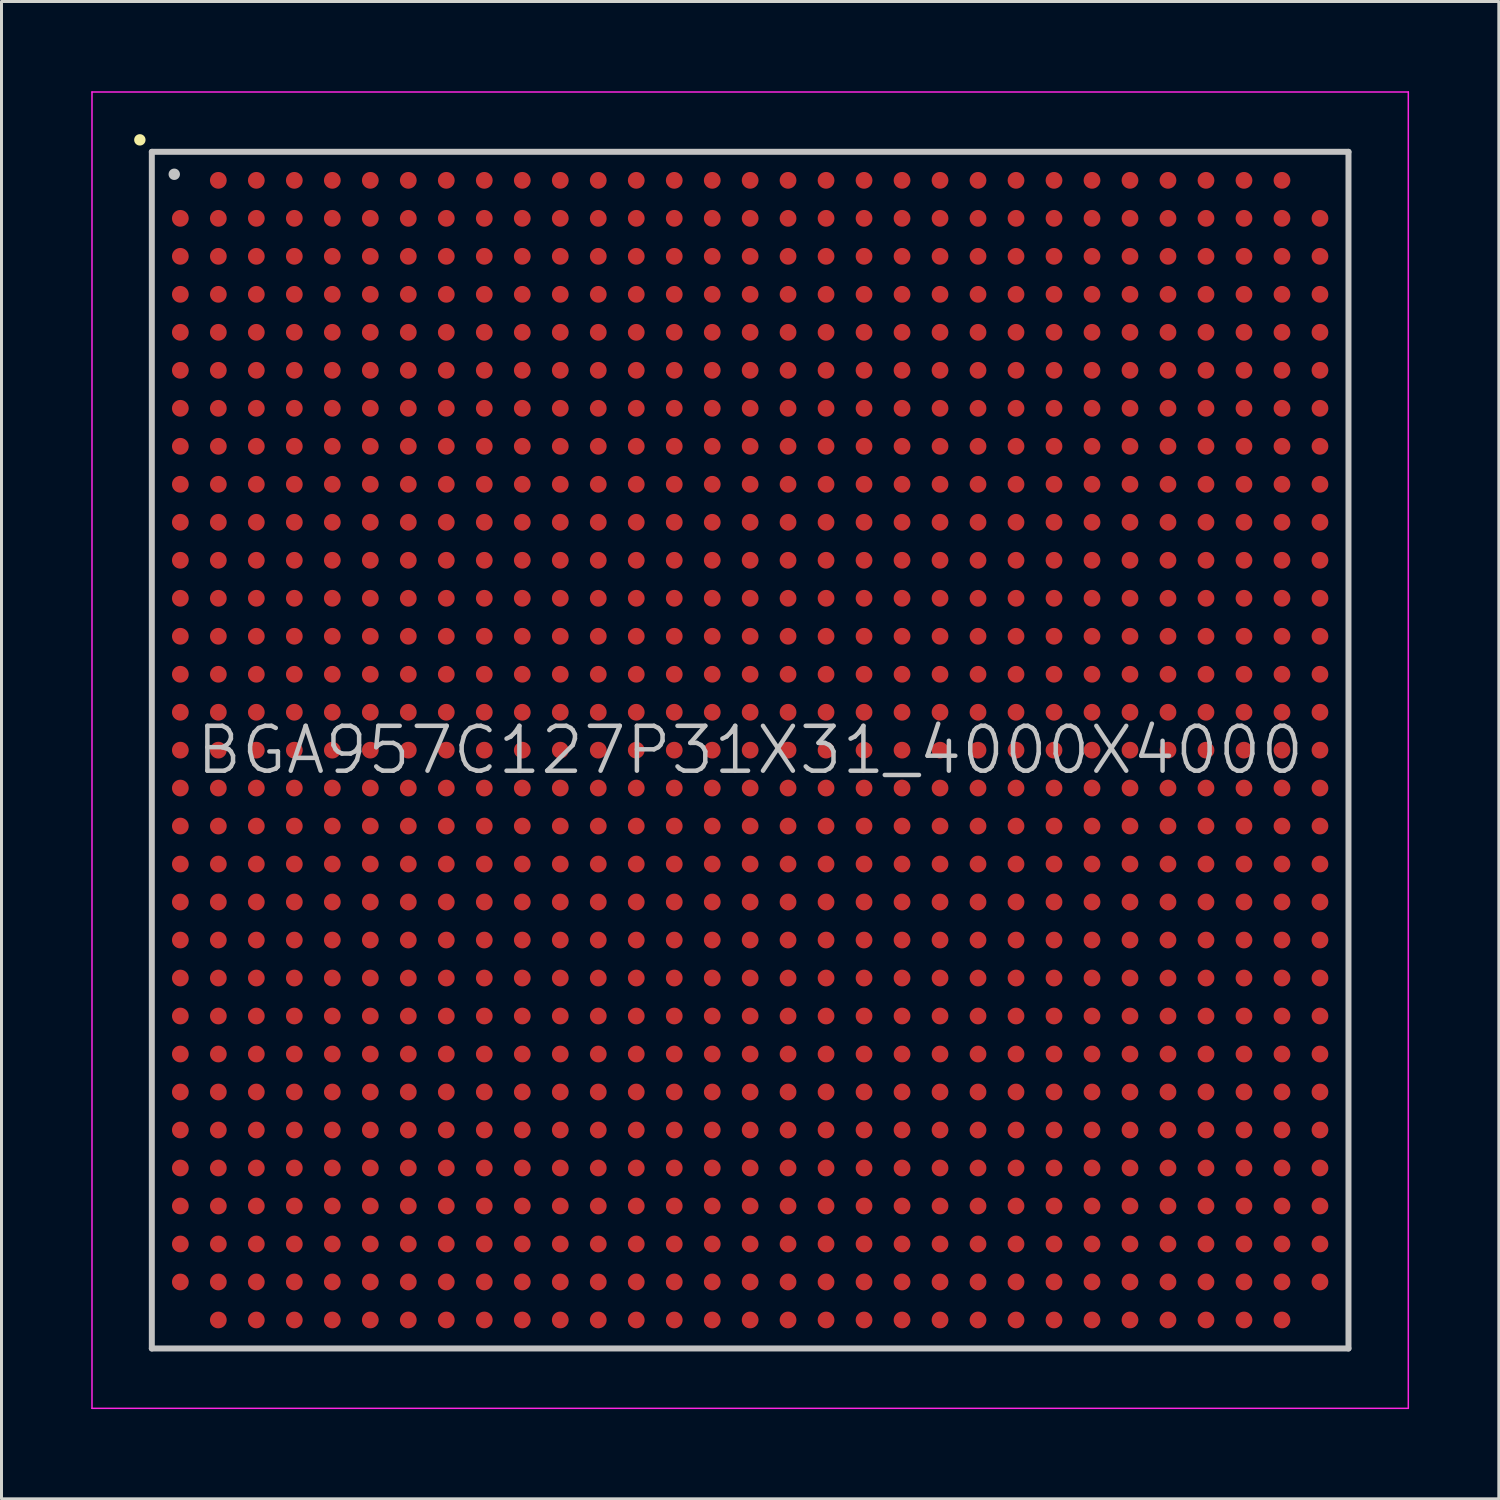
<source format=kicad_pcb>
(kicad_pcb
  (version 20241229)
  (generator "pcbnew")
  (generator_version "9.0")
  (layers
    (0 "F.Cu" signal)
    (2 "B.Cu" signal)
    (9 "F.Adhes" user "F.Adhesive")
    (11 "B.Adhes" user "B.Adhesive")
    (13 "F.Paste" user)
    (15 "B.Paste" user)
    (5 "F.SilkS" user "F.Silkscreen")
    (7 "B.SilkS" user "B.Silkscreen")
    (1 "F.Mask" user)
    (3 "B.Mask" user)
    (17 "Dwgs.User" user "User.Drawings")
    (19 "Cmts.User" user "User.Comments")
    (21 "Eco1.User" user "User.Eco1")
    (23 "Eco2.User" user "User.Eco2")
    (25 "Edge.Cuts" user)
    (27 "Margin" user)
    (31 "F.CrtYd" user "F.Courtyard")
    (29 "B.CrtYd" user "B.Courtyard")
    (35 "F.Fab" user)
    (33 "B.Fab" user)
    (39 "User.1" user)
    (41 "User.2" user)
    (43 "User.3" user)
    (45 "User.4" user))
  (footprint "BGA957C127P31X31_4000X4000"
    (layer "F.Cu")
    (at 22.025 22.025)
    (property "Reference" "BGA957C127P31X31_4000X4000" (at 0 0 0) (layer "Dwgs.User") (effects (font (size 1.5 1.5) (thickness 0.15))))
    (attr smd)
    (fp_line (start -20.4 -20.4) (end -20.4 -20.4) (stroke (width 0.381) (type solid)) (layer "F.SilkS"))
    (fp_line (start -20 -20) (end -20 20) (stroke (width 0.2) (type solid)) (layer "Dwgs.User"))
    (fp_line (start -20 -20) (end 20 -20) (stroke (width 0.2) (type solid)) (layer "Dwgs.User"))
    (fp_line (start -20 20) (end 20 20) (stroke (width 0.2) (type solid)) (layer "Dwgs.User"))
    (fp_line (start -19.25 -19.25) (end -19.25 -19.25) (stroke (width 0.381) (type solid)) (layer "Dwgs.User"))
    (fp_line (start 20 -20) (end 20 20) (stroke (width 0.2) (type solid)) (layer "Dwgs.User"))
    (fp_line (start -22 -22) (end -22 22) (stroke (width 0.05) (type solid)) (layer "F.CrtYd"))
    (fp_line (start -22 -22) (end 22 -22) (stroke (width 0.05) (type solid)) (layer "F.CrtYd"))
    (fp_line (start -22 22) (end 22 22) (stroke (width 0.05) (type solid)) (layer "F.CrtYd"))
    (fp_line (start 22 -22) (end 22 22) (stroke (width 0.05) (type solid)) (layer "F.CrtYd"))
    (pad "A2" smd circle (at -17.777 -19.047 270) (size 0.56 0.56) (layers "F.Cu" "F.Mask" "F.Paste"))
    (pad "A3" smd circle (at -16.507 -19.047 270) (size 0.56 0.56) (layers "F.Cu" "F.Mask" "F.Paste"))
    (pad "A4" smd circle (at -15.237 -19.047 270) (size 0.56 0.56) (layers "F.Cu" "F.Mask" "F.Paste"))
    (pad "A5" smd circle (at -13.967 -19.047 270) (size 0.56 0.56) (layers "F.Cu" "F.Mask" "F.Paste"))
    (pad "A6" smd circle (at -12.697 -19.047 270) (size 0.56 0.56) (layers "F.Cu" "F.Mask" "F.Paste"))
    (pad "A7" smd circle (at -11.427 -19.047 270) (size 0.56 0.56) (layers "F.Cu" "F.Mask" "F.Paste"))
    (pad "A8" smd circle (at -10.157 -19.047 270) (size 0.56 0.56) (layers "F.Cu" "F.Mask" "F.Paste"))
    (pad "A9" smd circle (at -8.887 -19.047 270) (size 0.56 0.56) (layers "F.Cu" "F.Mask" "F.Paste"))
    (pad "A10" smd circle (at -7.617 -19.047 270) (size 0.56 0.56) (layers "F.Cu" "F.Mask" "F.Paste"))
    (pad "A11" smd circle (at -6.347 -19.047 270) (size 0.56 0.56) (layers "F.Cu" "F.Mask" "F.Paste"))
    (pad "A12" smd circle (at -5.077 -19.047 270) (size 0.56 0.56) (layers "F.Cu" "F.Mask" "F.Paste"))
    (pad "A13" smd circle (at -3.807 -19.047 270) (size 0.56 0.56) (layers "F.Cu" "F.Mask" "F.Paste"))
    (pad "A14" smd circle (at -2.537 -19.047 270) (size 0.56 0.56) (layers "F.Cu" "F.Mask" "F.Paste"))
    (pad "A15" smd circle (at -1.267 -19.047 270) (size 0.56 0.56) (layers "F.Cu" "F.Mask" "F.Paste"))
    (pad "A16" smd circle (at 0 -19.047 270) (size 0.56 0.56) (layers "F.Cu" "F.Mask" "F.Paste"))
    (pad "A17" smd circle (at 1.267 -19.047 270) (size 0.56 0.56) (layers "F.Cu" "F.Mask" "F.Paste"))
    (pad "A18" smd circle (at 2.537 -19.047 270) (size 0.56 0.56) (layers "F.Cu" "F.Mask" "F.Paste"))
    (pad "A19" smd circle (at 3.807 -19.047 270) (size 0.56 0.56) (layers "F.Cu" "F.Mask" "F.Paste"))
    (pad "A20" smd circle (at 5.077 -19.047 270) (size 0.56 0.56) (layers "F.Cu" "F.Mask" "F.Paste"))
    (pad "A21" smd circle (at 6.347 -19.047 270) (size 0.56 0.56) (layers "F.Cu" "F.Mask" "F.Paste"))
    (pad "A22" smd circle (at 7.617 -19.047 270) (size 0.56 0.56) (layers "F.Cu" "F.Mask" "F.Paste"))
    (pad "A23" smd circle (at 8.887 -19.047 270) (size 0.56 0.56) (layers "F.Cu" "F.Mask" "F.Paste"))
    (pad "A24" smd circle (at 10.157 -19.047 270) (size 0.56 0.56) (layers "F.Cu" "F.Mask" "F.Paste"))
    (pad "A25" smd circle (at 11.427 -19.047 270) (size 0.56 0.56) (layers "F.Cu" "F.Mask" "F.Paste"))
    (pad "A26" smd circle (at 12.697 -19.047 270) (size 0.56 0.56) (layers "F.Cu" "F.Mask" "F.Paste"))
    (pad "A27" smd circle (at 13.967 -19.047 270) (size 0.56 0.56) (layers "F.Cu" "F.Mask" "F.Paste"))
    (pad "A28" smd circle (at 15.237 -19.047 270) (size 0.56 0.56) (layers "F.Cu" "F.Mask" "F.Paste"))
    (pad "A29" smd circle (at 16.507 -19.047 270) (size 0.56 0.56) (layers "F.Cu" "F.Mask" "F.Paste"))
    (pad "A30" smd circle (at 17.777 -19.047 270) (size 0.56 0.56) (layers "F.Cu" "F.Mask" "F.Paste"))
    (pad "AA1" smd circle (at -19.047 6.347 270) (size 0.56 0.56) (layers "F.Cu" "F.Mask" "F.Paste"))
    (pad "AA2" smd circle (at -17.777 6.347 270) (size 0.56 0.56) (layers "F.Cu" "F.Mask" "F.Paste"))
    (pad "AA3" smd circle (at -16.507 6.347 270) (size 0.56 0.56) (layers "F.Cu" "F.Mask" "F.Paste"))
    (pad "AA4" smd circle (at -15.237 6.347 270) (size 0.56 0.56) (layers "F.Cu" "F.Mask" "F.Paste"))
    (pad "AA5" smd circle (at -13.967 6.347 270) (size 0.56 0.56) (layers "F.Cu" "F.Mask" "F.Paste"))
    (pad "AA6" smd circle (at -12.697 6.347 270) (size 0.56 0.56) (layers "F.Cu" "F.Mask" "F.Paste"))
    (pad "AA7" smd circle (at -11.427 6.347 270) (size 0.56 0.56) (layers "F.Cu" "F.Mask" "F.Paste"))
    (pad "AA8" smd circle (at -10.157 6.347 270) (size 0.56 0.56) (layers "F.Cu" "F.Mask" "F.Paste"))
    (pad "AA9" smd circle (at -8.887 6.347 270) (size 0.56 0.56) (layers "F.Cu" "F.Mask" "F.Paste"))
    (pad "AA10" smd circle (at -7.617 6.347 270) (size 0.56 0.56) (layers "F.Cu" "F.Mask" "F.Paste"))
    (pad "AA11" smd circle (at -6.347 6.347 270) (size 0.56 0.56) (layers "F.Cu" "F.Mask" "F.Paste"))
    (pad "AA12" smd circle (at -5.077 6.347 270) (size 0.56 0.56) (layers "F.Cu" "F.Mask" "F.Paste"))
    (pad "AA13" smd circle (at -3.807 6.347 270) (size 0.56 0.56) (layers "F.Cu" "F.Mask" "F.Paste"))
    (pad "AA14" smd circle (at -2.537 6.347 270) (size 0.56 0.56) (layers "F.Cu" "F.Mask" "F.Paste"))
    (pad "AA15" smd circle (at -1.267 6.347 270) (size 0.56 0.56) (layers "F.Cu" "F.Mask" "F.Paste"))
    (pad "AA16" smd circle (at 0 6.347 270) (size 0.56 0.56) (layers "F.Cu" "F.Mask" "F.Paste"))
    (pad "AA17" smd circle (at 1.267 6.347 270) (size 0.56 0.56) (layers "F.Cu" "F.Mask" "F.Paste"))
    (pad "AA18" smd circle (at 2.537 6.347 270) (size 0.56 0.56) (layers "F.Cu" "F.Mask" "F.Paste"))
    (pad "AA19" smd circle (at 3.807 6.347 270) (size 0.56 0.56) (layers "F.Cu" "F.Mask" "F.Paste"))
    (pad "AA20" smd circle (at 5.077 6.347 270) (size 0.56 0.56) (layers "F.Cu" "F.Mask" "F.Paste"))
    (pad "AA21" smd circle (at 6.347 6.347 270) (size 0.56 0.56) (layers "F.Cu" "F.Mask" "F.Paste"))
    (pad "AA22" smd circle (at 7.617 6.347 270) (size 0.56 0.56) (layers "F.Cu" "F.Mask" "F.Paste"))
    (pad "AA23" smd circle (at 8.887 6.347 270) (size 0.56 0.56) (layers "F.Cu" "F.Mask" "F.Paste"))
    (pad "AA24" smd circle (at 10.157 6.347 270) (size 0.56 0.56) (layers "F.Cu" "F.Mask" "F.Paste"))
    (pad "AA25" smd circle (at 11.427 6.347 270) (size 0.56 0.56) (layers "F.Cu" "F.Mask" "F.Paste"))
    (pad "AA26" smd circle (at 12.697 6.347 270) (size 0.56 0.56) (layers "F.Cu" "F.Mask" "F.Paste"))
    (pad "AA27" smd circle (at 13.967 6.347 270) (size 0.56 0.56) (layers "F.Cu" "F.Mask" "F.Paste"))
    (pad "AA28" smd circle (at 15.237 6.347 270) (size 0.56 0.56) (layers "F.Cu" "F.Mask" "F.Paste"))
    (pad "AA29" smd circle (at 16.507 6.347 270) (size 0.56 0.56) (layers "F.Cu" "F.Mask" "F.Paste"))
    (pad "AA30" smd circle (at 17.777 6.347 270) (size 0.56 0.56) (layers "F.Cu" "F.Mask" "F.Paste"))
    (pad "AA31" smd circle (at 19.047 6.347 270) (size 0.56 0.56) (layers "F.Cu" "F.Mask" "F.Paste"))
    (pad "AB1" smd circle (at -19.047 7.617 270) (size 0.56 0.56) (layers "F.Cu" "F.Mask" "F.Paste"))
    (pad "AB2" smd circle (at -17.777 7.617 270) (size 0.56 0.56) (layers "F.Cu" "F.Mask" "F.Paste"))
    (pad "AB3" smd circle (at -16.507 7.617 270) (size 0.56 0.56) (layers "F.Cu" "F.Mask" "F.Paste"))
    (pad "AB4" smd circle (at -15.237 7.617 270) (size 0.56 0.56) (layers "F.Cu" "F.Mask" "F.Paste"))
    (pad "AB5" smd circle (at -13.967 7.617 270) (size 0.56 0.56) (layers "F.Cu" "F.Mask" "F.Paste"))
    (pad "AB6" smd circle (at -12.697 7.617 270) (size 0.56 0.56) (layers "F.Cu" "F.Mask" "F.Paste"))
    (pad "AB7" smd circle (at -11.427 7.617 270) (size 0.56 0.56) (layers "F.Cu" "F.Mask" "F.Paste"))
    (pad "AB8" smd circle (at -10.157 7.617 270) (size 0.56 0.56) (layers "F.Cu" "F.Mask" "F.Paste"))
    (pad "AB9" smd circle (at -8.887 7.617 270) (size 0.56 0.56) (layers "F.Cu" "F.Mask" "F.Paste"))
    (pad "AB10" smd circle (at -7.617 7.617 270) (size 0.56 0.56) (layers "F.Cu" "F.Mask" "F.Paste"))
    (pad "AB11" smd circle (at -6.347 7.617 270) (size 0.56 0.56) (layers "F.Cu" "F.Mask" "F.Paste"))
    (pad "AB12" smd circle (at -5.077 7.617 270) (size 0.56 0.56) (layers "F.Cu" "F.Mask" "F.Paste"))
    (pad "AB13" smd circle (at -3.807 7.617 270) (size 0.56 0.56) (layers "F.Cu" "F.Mask" "F.Paste"))
    (pad "AB14" smd circle (at -2.537 7.617 270) (size 0.56 0.56) (layers "F.Cu" "F.Mask" "F.Paste"))
    (pad "AB15" smd circle (at -1.267 7.617 270) (size 0.56 0.56) (layers "F.Cu" "F.Mask" "F.Paste"))
    (pad "AB16" smd circle (at 0 7.617 270) (size 0.56 0.56) (layers "F.Cu" "F.Mask" "F.Paste"))
    (pad "AB17" smd circle (at 1.267 7.617 270) (size 0.56 0.56) (layers "F.Cu" "F.Mask" "F.Paste"))
    (pad "AB18" smd circle (at 2.537 7.617 270) (size 0.56 0.56) (layers "F.Cu" "F.Mask" "F.Paste"))
    (pad "AB19" smd circle (at 3.807 7.617 270) (size 0.56 0.56) (layers "F.Cu" "F.Mask" "F.Paste"))
    (pad "AB20" smd circle (at 5.077 7.617 270) (size 0.56 0.56) (layers "F.Cu" "F.Mask" "F.Paste"))
    (pad "AB21" smd circle (at 6.347 7.617 270) (size 0.56 0.56) (layers "F.Cu" "F.Mask" "F.Paste"))
    (pad "AB22" smd circle (at 7.617 7.617 270) (size 0.56 0.56) (layers "F.Cu" "F.Mask" "F.Paste"))
    (pad "AB23" smd circle (at 8.887 7.617 270) (size 0.56 0.56) (layers "F.Cu" "F.Mask" "F.Paste"))
    (pad "AB24" smd circle (at 10.157 7.617 270) (size 0.56 0.56) (layers "F.Cu" "F.Mask" "F.Paste"))
    (pad "AB25" smd circle (at 11.427 7.617 270) (size 0.56 0.56) (layers "F.Cu" "F.Mask" "F.Paste"))
    (pad "AB26" smd circle (at 12.697 7.617 270) (size 0.56 0.56) (layers "F.Cu" "F.Mask" "F.Paste"))
    (pad "AB27" smd circle (at 13.967 7.617 270) (size 0.56 0.56) (layers "F.Cu" "F.Mask" "F.Paste"))
    (pad "AB28" smd circle (at 15.237 7.617 270) (size 0.56 0.56) (layers "F.Cu" "F.Mask" "F.Paste"))
    (pad "AB29" smd circle (at 16.507 7.617 270) (size 0.56 0.56) (layers "F.Cu" "F.Mask" "F.Paste"))
    (pad "AB30" smd circle (at 17.777 7.617 270) (size 0.56 0.56) (layers "F.Cu" "F.Mask" "F.Paste"))
    (pad "AB31" smd circle (at 19.047 7.617 270) (size 0.56 0.56) (layers "F.Cu" "F.Mask" "F.Paste"))
    (pad "AC1" smd circle (at -19.047 8.887 270) (size 0.56 0.56) (layers "F.Cu" "F.Mask" "F.Paste"))
    (pad "AC2" smd circle (at -17.777 8.887 270) (size 0.56 0.56) (layers "F.Cu" "F.Mask" "F.Paste"))
    (pad "AC3" smd circle (at -16.507 8.887 270) (size 0.56 0.56) (layers "F.Cu" "F.Mask" "F.Paste"))
    (pad "AC4" smd circle (at -15.237 8.887 270) (size 0.56 0.56) (layers "F.Cu" "F.Mask" "F.Paste"))
    (pad "AC5" smd circle (at -13.967 8.887 270) (size 0.56 0.56) (layers "F.Cu" "F.Mask" "F.Paste"))
    (pad "AC6" smd circle (at -12.697 8.887 270) (size 0.56 0.56) (layers "F.Cu" "F.Mask" "F.Paste"))
    (pad "AC7" smd circle (at -11.427 8.887 270) (size 0.56 0.56) (layers "F.Cu" "F.Mask" "F.Paste"))
    (pad "AC8" smd circle (at -10.157 8.887 270) (size 0.56 0.56) (layers "F.Cu" "F.Mask" "F.Paste"))
    (pad "AC9" smd circle (at -8.887 8.887 270) (size 0.56 0.56) (layers "F.Cu" "F.Mask" "F.Paste"))
    (pad "AC10" smd circle (at -7.617 8.887 270) (size 0.56 0.56) (layers "F.Cu" "F.Mask" "F.Paste"))
    (pad "AC11" smd circle (at -6.347 8.887 270) (size 0.56 0.56) (layers "F.Cu" "F.Mask" "F.Paste"))
    (pad "AC12" smd circle (at -5.077 8.887 270) (size 0.56 0.56) (layers "F.Cu" "F.Mask" "F.Paste"))
    (pad "AC13" smd circle (at -3.807 8.887 270) (size 0.56 0.56) (layers "F.Cu" "F.Mask" "F.Paste"))
    (pad "AC14" smd circle (at -2.537 8.887 270) (size 0.56 0.56) (layers "F.Cu" "F.Mask" "F.Paste"))
    (pad "AC15" smd circle (at -1.267 8.887 270) (size 0.56 0.56) (layers "F.Cu" "F.Mask" "F.Paste"))
    (pad "AC16" smd circle (at 0 8.887 270) (size 0.56 0.56) (layers "F.Cu" "F.Mask" "F.Paste"))
    (pad "AC17" smd circle (at 1.267 8.887 270) (size 0.56 0.56) (layers "F.Cu" "F.Mask" "F.Paste"))
    (pad "AC18" smd circle (at 2.537 8.887 270) (size 0.56 0.56) (layers "F.Cu" "F.Mask" "F.Paste"))
    (pad "AC19" smd circle (at 3.807 8.887 270) (size 0.56 0.56) (layers "F.Cu" "F.Mask" "F.Paste"))
    (pad "AC20" smd circle (at 5.077 8.887 270) (size 0.56 0.56) (layers "F.Cu" "F.Mask" "F.Paste"))
    (pad "AC21" smd circle (at 6.347 8.887 270) (size 0.56 0.56) (layers "F.Cu" "F.Mask" "F.Paste"))
    (pad "AC22" smd circle (at 7.617 8.887 270) (size 0.56 0.56) (layers "F.Cu" "F.Mask" "F.Paste"))
    (pad "AC23" smd circle (at 8.887 8.887 270) (size 0.56 0.56) (layers "F.Cu" "F.Mask" "F.Paste"))
    (pad "AC24" smd circle (at 10.157 8.887 270) (size 0.56 0.56) (layers "F.Cu" "F.Mask" "F.Paste"))
    (pad "AC25" smd circle (at 11.427 8.887 270) (size 0.56 0.56) (layers "F.Cu" "F.Mask" "F.Paste"))
    (pad "AC26" smd circle (at 12.697 8.887 270) (size 0.56 0.56) (layers "F.Cu" "F.Mask" "F.Paste"))
    (pad "AC27" smd circle (at 13.967 8.887 270) (size 0.56 0.56) (layers "F.Cu" "F.Mask" "F.Paste"))
    (pad "AC28" smd circle (at 15.237 8.887 270) (size 0.56 0.56) (layers "F.Cu" "F.Mask" "F.Paste"))
    (pad "AC29" smd circle (at 16.507 8.887 270) (size 0.56 0.56) (layers "F.Cu" "F.Mask" "F.Paste"))
    (pad "AC30" smd circle (at 17.777 8.887 270) (size 0.56 0.56) (layers "F.Cu" "F.Mask" "F.Paste"))
    (pad "AC31" smd circle (at 19.047 8.887 270) (size 0.56 0.56) (layers "F.Cu" "F.Mask" "F.Paste"))
    (pad "AD1" smd circle (at -19.047 10.157 270) (size 0.56 0.56) (layers "F.Cu" "F.Mask" "F.Paste"))
    (pad "AD2" smd circle (at -17.777 10.157 270) (size 0.56 0.56) (layers "F.Cu" "F.Mask" "F.Paste"))
    (pad "AD3" smd circle (at -16.507 10.157 270) (size 0.56 0.56) (layers "F.Cu" "F.Mask" "F.Paste"))
    (pad "AD4" smd circle (at -15.237 10.157 270) (size 0.56 0.56) (layers "F.Cu" "F.Mask" "F.Paste"))
    (pad "AD5" smd circle (at -13.967 10.157 270) (size 0.56 0.56) (layers "F.Cu" "F.Mask" "F.Paste"))
    (pad "AD6" smd circle (at -12.697 10.157 270) (size 0.56 0.56) (layers "F.Cu" "F.Mask" "F.Paste"))
    (pad "AD7" smd circle (at -11.427 10.157 270) (size 0.56 0.56) (layers "F.Cu" "F.Mask" "F.Paste"))
    (pad "AD8" smd circle (at -10.157 10.157 270) (size 0.56 0.56) (layers "F.Cu" "F.Mask" "F.Paste"))
    (pad "AD9" smd circle (at -8.887 10.157 270) (size 0.56 0.56) (layers "F.Cu" "F.Mask" "F.Paste"))
    (pad "AD10" smd circle (at -7.617 10.157 270) (size 0.56 0.56) (layers "F.Cu" "F.Mask" "F.Paste"))
    (pad "AD11" smd circle (at -6.347 10.157 270) (size 0.56 0.56) (layers "F.Cu" "F.Mask" "F.Paste"))
    (pad "AD12" smd circle (at -5.077 10.157 270) (size 0.56 0.56) (layers "F.Cu" "F.Mask" "F.Paste"))
    (pad "AD13" smd circle (at -3.807 10.157 270) (size 0.56 0.56) (layers "F.Cu" "F.Mask" "F.Paste"))
    (pad "AD14" smd circle (at -2.537 10.157 270) (size 0.56 0.56) (layers "F.Cu" "F.Mask" "F.Paste"))
    (pad "AD15" smd circle (at -1.267 10.157 270) (size 0.56 0.56) (layers "F.Cu" "F.Mask" "F.Paste"))
    (pad "AD16" smd circle (at 0 10.157 270) (size 0.56 0.56) (layers "F.Cu" "F.Mask" "F.Paste"))
    (pad "AD17" smd circle (at 1.267 10.157 270) (size 0.56 0.56) (layers "F.Cu" "F.Mask" "F.Paste"))
    (pad "AD18" smd circle (at 2.537 10.157 270) (size 0.56 0.56) (layers "F.Cu" "F.Mask" "F.Paste"))
    (pad "AD19" smd circle (at 3.807 10.157 270) (size 0.56 0.56) (layers "F.Cu" "F.Mask" "F.Paste"))
    (pad "AD20" smd circle (at 5.077 10.157 270) (size 0.56 0.56) (layers "F.Cu" "F.Mask" "F.Paste"))
    (pad "AD21" smd circle (at 6.347 10.157 270) (size 0.56 0.56) (layers "F.Cu" "F.Mask" "F.Paste"))
    (pad "AD22" smd circle (at 7.617 10.157 270) (size 0.56 0.56) (layers "F.Cu" "F.Mask" "F.Paste"))
    (pad "AD23" smd circle (at 8.887 10.157 270) (size 0.56 0.56) (layers "F.Cu" "F.Mask" "F.Paste"))
    (pad "AD24" smd circle (at 10.157 10.157 270) (size 0.56 0.56) (layers "F.Cu" "F.Mask" "F.Paste"))
    (pad "AD25" smd circle (at 11.427 10.157 270) (size 0.56 0.56) (layers "F.Cu" "F.Mask" "F.Paste"))
    (pad "AD26" smd circle (at 12.697 10.157 270) (size 0.56 0.56) (layers "F.Cu" "F.Mask" "F.Paste"))
    (pad "AD27" smd circle (at 13.967 10.157 270) (size 0.56 0.56) (layers "F.Cu" "F.Mask" "F.Paste"))
    (pad "AD28" smd circle (at 15.237 10.157 270) (size 0.56 0.56) (layers "F.Cu" "F.Mask" "F.Paste"))
    (pad "AD29" smd circle (at 16.507 10.157 270) (size 0.56 0.56) (layers "F.Cu" "F.Mask" "F.Paste"))
    (pad "AD30" smd circle (at 17.777 10.157 270) (size 0.56 0.56) (layers "F.Cu" "F.Mask" "F.Paste"))
    (pad "AD31" smd circle (at 19.047 10.157 270) (size 0.56 0.56) (layers "F.Cu" "F.Mask" "F.Paste"))
    (pad "AE1" smd circle (at -19.047 11.427 270) (size 0.56 0.56) (layers "F.Cu" "F.Mask" "F.Paste"))
    (pad "AE2" smd circle (at -17.777 11.427 270) (size 0.56 0.56) (layers "F.Cu" "F.Mask" "F.Paste"))
    (pad "AE3" smd circle (at -16.507 11.427 270) (size 0.56 0.56) (layers "F.Cu" "F.Mask" "F.Paste"))
    (pad "AE4" smd circle (at -15.237 11.427 270) (size 0.56 0.56) (layers "F.Cu" "F.Mask" "F.Paste"))
    (pad "AE5" smd circle (at -13.967 11.427 270) (size 0.56 0.56) (layers "F.Cu" "F.Mask" "F.Paste"))
    (pad "AE6" smd circle (at -12.697 11.427 270) (size 0.56 0.56) (layers "F.Cu" "F.Mask" "F.Paste"))
    (pad "AE7" smd circle (at -11.427 11.427 270) (size 0.56 0.56) (layers "F.Cu" "F.Mask" "F.Paste"))
    (pad "AE8" smd circle (at -10.157 11.427 270) (size 0.56 0.56) (layers "F.Cu" "F.Mask" "F.Paste"))
    (pad "AE9" smd circle (at -8.887 11.427 270) (size 0.56 0.56) (layers "F.Cu" "F.Mask" "F.Paste"))
    (pad "AE10" smd circle (at -7.617 11.427 270) (size 0.56 0.56) (layers "F.Cu" "F.Mask" "F.Paste"))
    (pad "AE11" smd circle (at -6.347 11.427 270) (size 0.56 0.56) (layers "F.Cu" "F.Mask" "F.Paste"))
    (pad "AE12" smd circle (at -5.077 11.427 270) (size 0.56 0.56) (layers "F.Cu" "F.Mask" "F.Paste"))
    (pad "AE13" smd circle (at -3.807 11.427 270) (size 0.56 0.56) (layers "F.Cu" "F.Mask" "F.Paste"))
    (pad "AE14" smd circle (at -2.537 11.427 270) (size 0.56 0.56) (layers "F.Cu" "F.Mask" "F.Paste"))
    (pad "AE15" smd circle (at -1.267 11.427 270) (size 0.56 0.56) (layers "F.Cu" "F.Mask" "F.Paste"))
    (pad "AE16" smd circle (at 0 11.427 270) (size 0.56 0.56) (layers "F.Cu" "F.Mask" "F.Paste"))
    (pad "AE17" smd circle (at 1.267 11.427 270) (size 0.56 0.56) (layers "F.Cu" "F.Mask" "F.Paste"))
    (pad "AE18" smd circle (at 2.537 11.427 270) (size 0.56 0.56) (layers "F.Cu" "F.Mask" "F.Paste"))
    (pad "AE19" smd circle (at 3.807 11.427 270) (size 0.56 0.56) (layers "F.Cu" "F.Mask" "F.Paste"))
    (pad "AE20" smd circle (at 5.077 11.427 270) (size 0.56 0.56) (layers "F.Cu" "F.Mask" "F.Paste"))
    (pad "AE21" smd circle (at 6.347 11.427 270) (size 0.56 0.56) (layers "F.Cu" "F.Mask" "F.Paste"))
    (pad "AE22" smd circle (at 7.617 11.427 270) (size 0.56 0.56) (layers "F.Cu" "F.Mask" "F.Paste"))
    (pad "AE23" smd circle (at 8.887 11.427 270) (size 0.56 0.56) (layers "F.Cu" "F.Mask" "F.Paste"))
    (pad "AE24" smd circle (at 10.157 11.427 270) (size 0.56 0.56) (layers "F.Cu" "F.Mask" "F.Paste"))
    (pad "AE25" smd circle (at 11.427 11.427 270) (size 0.56 0.56) (layers "F.Cu" "F.Mask" "F.Paste"))
    (pad "AE26" smd circle (at 12.697 11.427 270) (size 0.56 0.56) (layers "F.Cu" "F.Mask" "F.Paste"))
    (pad "AE27" smd circle (at 13.967 11.427 270) (size 0.56 0.56) (layers "F.Cu" "F.Mask" "F.Paste"))
    (pad "AE28" smd circle (at 15.237 11.427 270) (size 0.56 0.56) (layers "F.Cu" "F.Mask" "F.Paste"))
    (pad "AE29" smd circle (at 16.507 11.427 270) (size 0.56 0.56) (layers "F.Cu" "F.Mask" "F.Paste"))
    (pad "AE30" smd circle (at 17.777 11.427 270) (size 0.56 0.56) (layers "F.Cu" "F.Mask" "F.Paste"))
    (pad "AE31" smd circle (at 19.047 11.427 270) (size 0.56 0.56) (layers "F.Cu" "F.Mask" "F.Paste"))
    (pad "AF1" smd circle (at -19.047 12.697 270) (size 0.56 0.56) (layers "F.Cu" "F.Mask" "F.Paste"))
    (pad "AF2" smd circle (at -17.777 12.697 270) (size 0.56 0.56) (layers "F.Cu" "F.Mask" "F.Paste"))
    (pad "AF3" smd circle (at -16.507 12.697 270) (size 0.56 0.56) (layers "F.Cu" "F.Mask" "F.Paste"))
    (pad "AF4" smd circle (at -15.237 12.697 270) (size 0.56 0.56) (layers "F.Cu" "F.Mask" "F.Paste"))
    (pad "AF5" smd circle (at -13.967 12.697 270) (size 0.56 0.56) (layers "F.Cu" "F.Mask" "F.Paste"))
    (pad "AF6" smd circle (at -12.697 12.697 270) (size 0.56 0.56) (layers "F.Cu" "F.Mask" "F.Paste"))
    (pad "AF7" smd circle (at -11.427 12.697 270) (size 0.56 0.56) (layers "F.Cu" "F.Mask" "F.Paste"))
    (pad "AF8" smd circle (at -10.157 12.697 270) (size 0.56 0.56) (layers "F.Cu" "F.Mask" "F.Paste"))
    (pad "AF9" smd circle (at -8.887 12.697 270) (size 0.56 0.56) (layers "F.Cu" "F.Mask" "F.Paste"))
    (pad "AF10" smd circle (at -7.617 12.697 270) (size 0.56 0.56) (layers "F.Cu" "F.Mask" "F.Paste"))
    (pad "AF11" smd circle (at -6.347 12.697 270) (size 0.56 0.56) (layers "F.Cu" "F.Mask" "F.Paste"))
    (pad "AF12" smd circle (at -5.077 12.697 270) (size 0.56 0.56) (layers "F.Cu" "F.Mask" "F.Paste"))
    (pad "AF13" smd circle (at -3.807 12.697 270) (size 0.56 0.56) (layers "F.Cu" "F.Mask" "F.Paste"))
    (pad "AF14" smd circle (at -2.537 12.697 270) (size 0.56 0.56) (layers "F.Cu" "F.Mask" "F.Paste"))
    (pad "AF15" smd circle (at -1.267 12.697 270) (size 0.56 0.56) (layers "F.Cu" "F.Mask" "F.Paste"))
    (pad "AF16" smd circle (at 0 12.697 270) (size 0.56 0.56) (layers "F.Cu" "F.Mask" "F.Paste"))
    (pad "AF17" smd circle (at 1.267 12.697 270) (size 0.56 0.56) (layers "F.Cu" "F.Mask" "F.Paste"))
    (pad "AF18" smd circle (at 2.537 12.697 270) (size 0.56 0.56) (layers "F.Cu" "F.Mask" "F.Paste"))
    (pad "AF19" smd circle (at 3.807 12.697 270) (size 0.56 0.56) (layers "F.Cu" "F.Mask" "F.Paste"))
    (pad "AF20" smd circle (at 5.077 12.697 270) (size 0.56 0.56) (layers "F.Cu" "F.Mask" "F.Paste"))
    (pad "AF21" smd circle (at 6.347 12.697 270) (size 0.56 0.56) (layers "F.Cu" "F.Mask" "F.Paste"))
    (pad "AF22" smd circle (at 7.617 12.697 270) (size 0.56 0.56) (layers "F.Cu" "F.Mask" "F.Paste"))
    (pad "AF23" smd circle (at 8.887 12.697 270) (size 0.56 0.56) (layers "F.Cu" "F.Mask" "F.Paste"))
    (pad "AF24" smd circle (at 10.157 12.697 270) (size 0.56 0.56) (layers "F.Cu" "F.Mask" "F.Paste"))
    (pad "AF25" smd circle (at 11.427 12.697 270) (size 0.56 0.56) (layers "F.Cu" "F.Mask" "F.Paste"))
    (pad "AF26" smd circle (at 12.697 12.697 270) (size 0.56 0.56) (layers "F.Cu" "F.Mask" "F.Paste"))
    (pad "AF27" smd circle (at 13.967 12.697 270) (size 0.56 0.56) (layers "F.Cu" "F.Mask" "F.Paste"))
    (pad "AF28" smd circle (at 15.237 12.697 270) (size 0.56 0.56) (layers "F.Cu" "F.Mask" "F.Paste"))
    (pad "AF29" smd circle (at 16.507 12.697 270) (size 0.56 0.56) (layers "F.Cu" "F.Mask" "F.Paste"))
    (pad "AF30" smd circle (at 17.777 12.697 270) (size 0.56 0.56) (layers "F.Cu" "F.Mask" "F.Paste"))
    (pad "AF31" smd circle (at 19.047 12.697 270) (size 0.56 0.56) (layers "F.Cu" "F.Mask" "F.Paste"))
    (pad "AG1" smd circle (at -19.047 13.967 270) (size 0.56 0.56) (layers "F.Cu" "F.Mask" "F.Paste"))
    (pad "AG2" smd circle (at -17.777 13.967 270) (size 0.56 0.56) (layers "F.Cu" "F.Mask" "F.Paste"))
    (pad "AG3" smd circle (at -16.507 13.967 270) (size 0.56 0.56) (layers "F.Cu" "F.Mask" "F.Paste"))
    (pad "AG4" smd circle (at -15.237 13.967 270) (size 0.56 0.56) (layers "F.Cu" "F.Mask" "F.Paste"))
    (pad "AG5" smd circle (at -13.967 13.967 270) (size 0.56 0.56) (layers "F.Cu" "F.Mask" "F.Paste"))
    (pad "AG6" smd circle (at -12.697 13.967 270) (size 0.56 0.56) (layers "F.Cu" "F.Mask" "F.Paste"))
    (pad "AG7" smd circle (at -11.427 13.967 270) (size 0.56 0.56) (layers "F.Cu" "F.Mask" "F.Paste"))
    (pad "AG8" smd circle (at -10.157 13.967 270) (size 0.56 0.56) (layers "F.Cu" "F.Mask" "F.Paste"))
    (pad "AG9" smd circle (at -8.887 13.967 270) (size 0.56 0.56) (layers "F.Cu" "F.Mask" "F.Paste"))
    (pad "AG10" smd circle (at -7.617 13.967 270) (size 0.56 0.56) (layers "F.Cu" "F.Mask" "F.Paste"))
    (pad "AG11" smd circle (at -6.347 13.967 270) (size 0.56 0.56) (layers "F.Cu" "F.Mask" "F.Paste"))
    (pad "AG12" smd circle (at -5.077 13.967 270) (size 0.56 0.56) (layers "F.Cu" "F.Mask" "F.Paste"))
    (pad "AG13" smd circle (at -3.807 13.967 270) (size 0.56 0.56) (layers "F.Cu" "F.Mask" "F.Paste"))
    (pad "AG14" smd circle (at -2.537 13.967 270) (size 0.56 0.56) (layers "F.Cu" "F.Mask" "F.Paste"))
    (pad "AG15" smd circle (at -1.267 13.967 270) (size 0.56 0.56) (layers "F.Cu" "F.Mask" "F.Paste"))
    (pad "AG16" smd circle (at 0 13.967 270) (size 0.56 0.56) (layers "F.Cu" "F.Mask" "F.Paste"))
    (pad "AG17" smd circle (at 1.267 13.967 270) (size 0.56 0.56) (layers "F.Cu" "F.Mask" "F.Paste"))
    (pad "AG18" smd circle (at 2.537 13.967 270) (size 0.56 0.56) (layers "F.Cu" "F.Mask" "F.Paste"))
    (pad "AG19" smd circle (at 3.807 13.967 270) (size 0.56 0.56) (layers "F.Cu" "F.Mask" "F.Paste"))
    (pad "AG20" smd circle (at 5.077 13.967 270) (size 0.56 0.56) (layers "F.Cu" "F.Mask" "F.Paste"))
    (pad "AG21" smd circle (at 6.347 13.967 270) (size 0.56 0.56) (layers "F.Cu" "F.Mask" "F.Paste"))
    (pad "AG22" smd circle (at 7.617 13.967 270) (size 0.56 0.56) (layers "F.Cu" "F.Mask" "F.Paste"))
    (pad "AG23" smd circle (at 8.887 13.967 270) (size 0.56 0.56) (layers "F.Cu" "F.Mask" "F.Paste"))
    (pad "AG24" smd circle (at 10.157 13.967 270) (size 0.56 0.56) (layers "F.Cu" "F.Mask" "F.Paste"))
    (pad "AG25" smd circle (at 11.427 13.967 270) (size 0.56 0.56) (layers "F.Cu" "F.Mask" "F.Paste"))
    (pad "AG26" smd circle (at 12.697 13.967 270) (size 0.56 0.56) (layers "F.Cu" "F.Mask" "F.Paste"))
    (pad "AG27" smd circle (at 13.967 13.967 270) (size 0.56 0.56) (layers "F.Cu" "F.Mask" "F.Paste"))
    (pad "AG28" smd circle (at 15.237 13.967 270) (size 0.56 0.56) (layers "F.Cu" "F.Mask" "F.Paste"))
    (pad "AG29" smd circle (at 16.507 13.967 270) (size 0.56 0.56) (layers "F.Cu" "F.Mask" "F.Paste"))
    (pad "AG30" smd circle (at 17.777 13.967 270) (size 0.56 0.56) (layers "F.Cu" "F.Mask" "F.Paste"))
    (pad "AG31" smd circle (at 19.047 13.967 270) (size 0.56 0.56) (layers "F.Cu" "F.Mask" "F.Paste"))
    (pad "AH1" smd circle (at -19.047 15.237 270) (size 0.56 0.56) (layers "F.Cu" "F.Mask" "F.Paste"))
    (pad "AH2" smd circle (at -17.777 15.237 270) (size 0.56 0.56) (layers "F.Cu" "F.Mask" "F.Paste"))
    (pad "AH3" smd circle (at -16.507 15.237 270) (size 0.56 0.56) (layers "F.Cu" "F.Mask" "F.Paste"))
    (pad "AH4" smd circle (at -15.237 15.237 270) (size 0.56 0.56) (layers "F.Cu" "F.Mask" "F.Paste"))
    (pad "AH5" smd circle (at -13.967 15.237 270) (size 0.56 0.56) (layers "F.Cu" "F.Mask" "F.Paste"))
    (pad "AH6" smd circle (at -12.697 15.237 270) (size 0.56 0.56) (layers "F.Cu" "F.Mask" "F.Paste"))
    (pad "AH7" smd circle (at -11.427 15.237 270) (size 0.56 0.56) (layers "F.Cu" "F.Mask" "F.Paste"))
    (pad "AH8" smd circle (at -10.157 15.237 270) (size 0.56 0.56) (layers "F.Cu" "F.Mask" "F.Paste"))
    (pad "AH9" smd circle (at -8.887 15.237 270) (size 0.56 0.56) (layers "F.Cu" "F.Mask" "F.Paste"))
    (pad "AH10" smd circle (at -7.617 15.237 270) (size 0.56 0.56) (layers "F.Cu" "F.Mask" "F.Paste"))
    (pad "AH11" smd circle (at -6.347 15.237 270) (size 0.56 0.56) (layers "F.Cu" "F.Mask" "F.Paste"))
    (pad "AH12" smd circle (at -5.077 15.237 270) (size 0.56 0.56) (layers "F.Cu" "F.Mask" "F.Paste"))
    (pad "AH13" smd circle (at -3.807 15.237 270) (size 0.56 0.56) (layers "F.Cu" "F.Mask" "F.Paste"))
    (pad "AH14" smd circle (at -2.537 15.237 270) (size 0.56 0.56) (layers "F.Cu" "F.Mask" "F.Paste"))
    (pad "AH15" smd circle (at -1.267 15.237 270) (size 0.56 0.56) (layers "F.Cu" "F.Mask" "F.Paste"))
    (pad "AH16" smd circle (at 0 15.237 270) (size 0.56 0.56) (layers "F.Cu" "F.Mask" "F.Paste"))
    (pad "AH17" smd circle (at 1.267 15.237 270) (size 0.56 0.56) (layers "F.Cu" "F.Mask" "F.Paste"))
    (pad "AH18" smd circle (at 2.537 15.237 270) (size 0.56 0.56) (layers "F.Cu" "F.Mask" "F.Paste"))
    (pad "AH19" smd circle (at 3.807 15.237 270) (size 0.56 0.56) (layers "F.Cu" "F.Mask" "F.Paste"))
    (pad "AH20" smd circle (at 5.077 15.237 270) (size 0.56 0.56) (layers "F.Cu" "F.Mask" "F.Paste"))
    (pad "AH21" smd circle (at 6.347 15.237 270) (size 0.56 0.56) (layers "F.Cu" "F.Mask" "F.Paste"))
    (pad "AH22" smd circle (at 7.617 15.237 270) (size 0.56 0.56) (layers "F.Cu" "F.Mask" "F.Paste"))
    (pad "AH23" smd circle (at 8.887 15.237 270) (size 0.56 0.56) (layers "F.Cu" "F.Mask" "F.Paste"))
    (pad "AH24" smd circle (at 10.157 15.237 270) (size 0.56 0.56) (layers "F.Cu" "F.Mask" "F.Paste"))
    (pad "AH25" smd circle (at 11.427 15.237 270) (size 0.56 0.56) (layers "F.Cu" "F.Mask" "F.Paste"))
    (pad "AH26" smd circle (at 12.697 15.237 270) (size 0.56 0.56) (layers "F.Cu" "F.Mask" "F.Paste"))
    (pad "AH27" smd circle (at 13.967 15.237 270) (size 0.56 0.56) (layers "F.Cu" "F.Mask" "F.Paste"))
    (pad "AH28" smd circle (at 15.237 15.237 270) (size 0.56 0.56) (layers "F.Cu" "F.Mask" "F.Paste"))
    (pad "AH29" smd circle (at 16.507 15.237 270) (size 0.56 0.56) (layers "F.Cu" "F.Mask" "F.Paste"))
    (pad "AH30" smd circle (at 17.777 15.237 270) (size 0.56 0.56) (layers "F.Cu" "F.Mask" "F.Paste"))
    (pad "AH31" smd circle (at 19.047 15.237 270) (size 0.56 0.56) (layers "F.Cu" "F.Mask" "F.Paste"))
    (pad "AJ1" smd circle (at -19.047 16.507 270) (size 0.56 0.56) (layers "F.Cu" "F.Mask" "F.Paste"))
    (pad "AJ2" smd circle (at -17.777 16.507 270) (size 0.56 0.56) (layers "F.Cu" "F.Mask" "F.Paste"))
    (pad "AJ3" smd circle (at -16.507 16.507 270) (size 0.56 0.56) (layers "F.Cu" "F.Mask" "F.Paste"))
    (pad "AJ4" smd circle (at -15.237 16.507 270) (size 0.56 0.56) (layers "F.Cu" "F.Mask" "F.Paste"))
    (pad "AJ5" smd circle (at -13.967 16.507 270) (size 0.56 0.56) (layers "F.Cu" "F.Mask" "F.Paste"))
    (pad "AJ6" smd circle (at -12.697 16.507 270) (size 0.56 0.56) (layers "F.Cu" "F.Mask" "F.Paste"))
    (pad "AJ7" smd circle (at -11.427 16.507 270) (size 0.56 0.56) (layers "F.Cu" "F.Mask" "F.Paste"))
    (pad "AJ8" smd circle (at -10.157 16.507 270) (size 0.56 0.56) (layers "F.Cu" "F.Mask" "F.Paste"))
    (pad "AJ9" smd circle (at -8.887 16.507 270) (size 0.56 0.56) (layers "F.Cu" "F.Mask" "F.Paste"))
    (pad "AJ10" smd circle (at -7.617 16.507 270) (size 0.56 0.56) (layers "F.Cu" "F.Mask" "F.Paste"))
    (pad "AJ11" smd circle (at -6.347 16.507 270) (size 0.56 0.56) (layers "F.Cu" "F.Mask" "F.Paste"))
    (pad "AJ12" smd circle (at -5.077 16.507 270) (size 0.56 0.56) (layers "F.Cu" "F.Mask" "F.Paste"))
    (pad "AJ13" smd circle (at -3.807 16.507 270) (size 0.56 0.56) (layers "F.Cu" "F.Mask" "F.Paste"))
    (pad "AJ14" smd circle (at -2.537 16.507 270) (size 0.56 0.56) (layers "F.Cu" "F.Mask" "F.Paste"))
    (pad "AJ15" smd circle (at -1.267 16.507 270) (size 0.56 0.56) (layers "F.Cu" "F.Mask" "F.Paste"))
    (pad "AJ16" smd circle (at 0 16.507 270) (size 0.56 0.56) (layers "F.Cu" "F.Mask" "F.Paste"))
    (pad "AJ17" smd circle (at 1.267 16.507 270) (size 0.56 0.56) (layers "F.Cu" "F.Mask" "F.Paste"))
    (pad "AJ18" smd circle (at 2.537 16.507 270) (size 0.56 0.56) (layers "F.Cu" "F.Mask" "F.Paste"))
    (pad "AJ19" smd circle (at 3.807 16.507 270) (size 0.56 0.56) (layers "F.Cu" "F.Mask" "F.Paste"))
    (pad "AJ20" smd circle (at 5.077 16.507 270) (size 0.56 0.56) (layers "F.Cu" "F.Mask" "F.Paste"))
    (pad "AJ21" smd circle (at 6.347 16.507 270) (size 0.56 0.56) (layers "F.Cu" "F.Mask" "F.Paste"))
    (pad "AJ22" smd circle (at 7.617 16.507 270) (size 0.56 0.56) (layers "F.Cu" "F.Mask" "F.Paste"))
    (pad "AJ23" smd circle (at 8.887 16.507 270) (size 0.56 0.56) (layers "F.Cu" "F.Mask" "F.Paste"))
    (pad "AJ24" smd circle (at 10.157 16.507 270) (size 0.56 0.56) (layers "F.Cu" "F.Mask" "F.Paste"))
    (pad "AJ25" smd circle (at 11.427 16.507 270) (size 0.56 0.56) (layers "F.Cu" "F.Mask" "F.Paste"))
    (pad "AJ26" smd circle (at 12.697 16.507 270) (size 0.56 0.56) (layers "F.Cu" "F.Mask" "F.Paste"))
    (pad "AJ27" smd circle (at 13.967 16.507 270) (size 0.56 0.56) (layers "F.Cu" "F.Mask" "F.Paste"))
    (pad "AJ28" smd circle (at 15.237 16.507 270) (size 0.56 0.56) (layers "F.Cu" "F.Mask" "F.Paste"))
    (pad "AJ29" smd circle (at 16.507 16.507 270) (size 0.56 0.56) (layers "F.Cu" "F.Mask" "F.Paste"))
    (pad "AJ30" smd circle (at 17.777 16.507 270) (size 0.56 0.56) (layers "F.Cu" "F.Mask" "F.Paste"))
    (pad "AJ31" smd circle (at 19.047 16.507 270) (size 0.56 0.56) (layers "F.Cu" "F.Mask" "F.Paste"))
    (pad "AK1" smd circle (at -19.047 17.777 270) (size 0.56 0.56) (layers "F.Cu" "F.Mask" "F.Paste"))
    (pad "AK2" smd circle (at -17.777 17.777 270) (size 0.56 0.56) (layers "F.Cu" "F.Mask" "F.Paste"))
    (pad "AK3" smd circle (at -16.507 17.777 270) (size 0.56 0.56) (layers "F.Cu" "F.Mask" "F.Paste"))
    (pad "AK4" smd circle (at -15.237 17.777 270) (size 0.56 0.56) (layers "F.Cu" "F.Mask" "F.Paste"))
    (pad "AK5" smd circle (at -13.967 17.777 270) (size 0.56 0.56) (layers "F.Cu" "F.Mask" "F.Paste"))
    (pad "AK6" smd circle (at -12.697 17.777 270) (size 0.56 0.56) (layers "F.Cu" "F.Mask" "F.Paste"))
    (pad "AK7" smd circle (at -11.427 17.777 270) (size 0.56 0.56) (layers "F.Cu" "F.Mask" "F.Paste"))
    (pad "AK8" smd circle (at -10.157 17.777 270) (size 0.56 0.56) (layers "F.Cu" "F.Mask" "F.Paste"))
    (pad "AK9" smd circle (at -8.887 17.777 270) (size 0.56 0.56) (layers "F.Cu" "F.Mask" "F.Paste"))
    (pad "AK10" smd circle (at -7.617 17.777 270) (size 0.56 0.56) (layers "F.Cu" "F.Mask" "F.Paste"))
    (pad "AK11" smd circle (at -6.347 17.777 270) (size 0.56 0.56) (layers "F.Cu" "F.Mask" "F.Paste"))
    (pad "AK12" smd circle (at -5.077 17.777 270) (size 0.56 0.56) (layers "F.Cu" "F.Mask" "F.Paste"))
    (pad "AK13" smd circle (at -3.807 17.777 270) (size 0.56 0.56) (layers "F.Cu" "F.Mask" "F.Paste"))
    (pad "AK14" smd circle (at -2.537 17.777 270) (size 0.56 0.56) (layers "F.Cu" "F.Mask" "F.Paste"))
    (pad "AK15" smd circle (at -1.267 17.777 270) (size 0.56 0.56) (layers "F.Cu" "F.Mask" "F.Paste"))
    (pad "AK16" smd circle (at 0 17.777 270) (size 0.56 0.56) (layers "F.Cu" "F.Mask" "F.Paste"))
    (pad "AK17" smd circle (at 1.267 17.777 270) (size 0.56 0.56) (layers "F.Cu" "F.Mask" "F.Paste"))
    (pad "AK18" smd circle (at 2.537 17.777 270) (size 0.56 0.56) (layers "F.Cu" "F.Mask" "F.Paste"))
    (pad "AK19" smd circle (at 3.807 17.777 270) (size 0.56 0.56) (layers "F.Cu" "F.Mask" "F.Paste"))
    (pad "AK20" smd circle (at 5.077 17.777 270) (size 0.56 0.56) (layers "F.Cu" "F.Mask" "F.Paste"))
    (pad "AK21" smd circle (at 6.347 17.777 270) (size 0.56 0.56) (layers "F.Cu" "F.Mask" "F.Paste"))
    (pad "AK22" smd circle (at 7.617 17.777 270) (size 0.56 0.56) (layers "F.Cu" "F.Mask" "F.Paste"))
    (pad "AK23" smd circle (at 8.887 17.777 270) (size 0.56 0.56) (layers "F.Cu" "F.Mask" "F.Paste"))
    (pad "AK24" smd circle (at 10.157 17.777 270) (size 0.56 0.56) (layers "F.Cu" "F.Mask" "F.Paste"))
    (pad "AK25" smd circle (at 11.427 17.777 270) (size 0.56 0.56) (layers "F.Cu" "F.Mask" "F.Paste"))
    (pad "AK26" smd circle (at 12.697 17.777 270) (size 0.56 0.56) (layers "F.Cu" "F.Mask" "F.Paste"))
    (pad "AK27" smd circle (at 13.967 17.777 270) (size 0.56 0.56) (layers "F.Cu" "F.Mask" "F.Paste"))
    (pad "AK28" smd circle (at 15.237 17.777 270) (size 0.56 0.56) (layers "F.Cu" "F.Mask" "F.Paste"))
    (pad "AK29" smd circle (at 16.507 17.777 270) (size 0.56 0.56) (layers "F.Cu" "F.Mask" "F.Paste"))
    (pad "AK30" smd circle (at 17.777 17.777 270) (size 0.56 0.56) (layers "F.Cu" "F.Mask" "F.Paste"))
    (pad "AK31" smd circle (at 19.047 17.777 270) (size 0.56 0.56) (layers "F.Cu" "F.Mask" "F.Paste"))
    (pad "AL2" smd circle (at -17.777 19.047 270) (size 0.56 0.56) (layers "F.Cu" "F.Mask" "F.Paste"))
    (pad "AL3" smd circle (at -16.507 19.047 270) (size 0.56 0.56) (layers "F.Cu" "F.Mask" "F.Paste"))
    (pad "AL4" smd circle (at -15.237 19.047 270) (size 0.56 0.56) (layers "F.Cu" "F.Mask" "F.Paste"))
    (pad "AL5" smd circle (at -13.967 19.047 270) (size 0.56 0.56) (layers "F.Cu" "F.Mask" "F.Paste"))
    (pad "AL6" smd circle (at -12.697 19.047 270) (size 0.56 0.56) (layers "F.Cu" "F.Mask" "F.Paste"))
    (pad "AL7" smd circle (at -11.427 19.047 270) (size 0.56 0.56) (layers "F.Cu" "F.Mask" "F.Paste"))
    (pad "AL8" smd circle (at -10.157 19.047 270) (size 0.56 0.56) (layers "F.Cu" "F.Mask" "F.Paste"))
    (pad "AL9" smd circle (at -8.887 19.047 270) (size 0.56 0.56) (layers "F.Cu" "F.Mask" "F.Paste"))
    (pad "AL10" smd circle (at -7.617 19.047 270) (size 0.56 0.56) (layers "F.Cu" "F.Mask" "F.Paste"))
    (pad "AL11" smd circle (at -6.347 19.047 270) (size 0.56 0.56) (layers "F.Cu" "F.Mask" "F.Paste"))
    (pad "AL12" smd circle (at -5.077 19.047 270) (size 0.56 0.56) (layers "F.Cu" "F.Mask" "F.Paste"))
    (pad "AL13" smd circle (at -3.807 19.047 270) (size 0.56 0.56) (layers "F.Cu" "F.Mask" "F.Paste"))
    (pad "AL14" smd circle (at -2.537 19.047 270) (size 0.56 0.56) (layers "F.Cu" "F.Mask" "F.Paste"))
    (pad "AL15" smd circle (at -1.267 19.047 270) (size 0.56 0.56) (layers "F.Cu" "F.Mask" "F.Paste"))
    (pad "AL16" smd circle (at 0 19.047 270) (size 0.56 0.56) (layers "F.Cu" "F.Mask" "F.Paste"))
    (pad "AL17" smd circle (at 1.267 19.047 270) (size 0.56 0.56) (layers "F.Cu" "F.Mask" "F.Paste"))
    (pad "AL18" smd circle (at 2.537 19.047 270) (size 0.56 0.56) (layers "F.Cu" "F.Mask" "F.Paste"))
    (pad "AL19" smd circle (at 3.807 19.047 270) (size 0.56 0.56) (layers "F.Cu" "F.Mask" "F.Paste"))
    (pad "AL20" smd circle (at 5.077 19.047 270) (size 0.56 0.56) (layers "F.Cu" "F.Mask" "F.Paste"))
    (pad "AL21" smd circle (at 6.347 19.047 270) (size 0.56 0.56) (layers "F.Cu" "F.Mask" "F.Paste"))
    (pad "AL22" smd circle (at 7.617 19.047 270) (size 0.56 0.56) (layers "F.Cu" "F.Mask" "F.Paste"))
    (pad "AL23" smd circle (at 8.887 19.047 270) (size 0.56 0.56) (layers "F.Cu" "F.Mask" "F.Paste"))
    (pad "AL24" smd circle (at 10.157 19.047 270) (size 0.56 0.56) (layers "F.Cu" "F.Mask" "F.Paste"))
    (pad "AL25" smd circle (at 11.427 19.047 270) (size 0.56 0.56) (layers "F.Cu" "F.Mask" "F.Paste"))
    (pad "AL26" smd circle (at 12.697 19.047 270) (size 0.56 0.56) (layers "F.Cu" "F.Mask" "F.Paste"))
    (pad "AL27" smd circle (at 13.967 19.047 270) (size 0.56 0.56) (layers "F.Cu" "F.Mask" "F.Paste"))
    (pad "AL28" smd circle (at 15.237 19.047 270) (size 0.56 0.56) (layers "F.Cu" "F.Mask" "F.Paste"))
    (pad "AL29" smd circle (at 16.507 19.047 270) (size 0.56 0.56) (layers "F.Cu" "F.Mask" "F.Paste"))
    (pad "AL30" smd circle (at 17.777 19.047 270) (size 0.56 0.56) (layers "F.Cu" "F.Mask" "F.Paste"))
    (pad "B1" smd circle (at -19.047 -17.777 270) (size 0.56 0.56) (layers "F.Cu" "F.Mask" "F.Paste"))
    (pad "B2" smd circle (at -17.777 -17.777 270) (size 0.56 0.56) (layers "F.Cu" "F.Mask" "F.Paste"))
    (pad "B3" smd circle (at -16.507 -17.777 270) (size 0.56 0.56) (layers "F.Cu" "F.Mask" "F.Paste"))
    (pad "B4" smd circle (at -15.237 -17.777 270) (size 0.56 0.56) (layers "F.Cu" "F.Mask" "F.Paste"))
    (pad "B5" smd circle (at -13.967 -17.777 270) (size 0.56 0.56) (layers "F.Cu" "F.Mask" "F.Paste"))
    (pad "B6" smd circle (at -12.697 -17.777 270) (size 0.56 0.56) (layers "F.Cu" "F.Mask" "F.Paste"))
    (pad "B7" smd circle (at -11.427 -17.777 270) (size 0.56 0.56) (layers "F.Cu" "F.Mask" "F.Paste"))
    (pad "B8" smd circle (at -10.157 -17.777 270) (size 0.56 0.56) (layers "F.Cu" "F.Mask" "F.Paste"))
    (pad "B9" smd circle (at -8.887 -17.777 270) (size 0.56 0.56) (layers "F.Cu" "F.Mask" "F.Paste"))
    (pad "B10" smd circle (at -7.617 -17.777 270) (size 0.56 0.56) (layers "F.Cu" "F.Mask" "F.Paste"))
    (pad "B11" smd circle (at -6.347 -17.777 270) (size 0.56 0.56) (layers "F.Cu" "F.Mask" "F.Paste"))
    (pad "B12" smd circle (at -5.077 -17.777 270) (size 0.56 0.56) (layers "F.Cu" "F.Mask" "F.Paste"))
    (pad "B13" smd circle (at -3.807 -17.777 270) (size 0.56 0.56) (layers "F.Cu" "F.Mask" "F.Paste"))
    (pad "B14" smd circle (at -2.537 -17.777 270) (size 0.56 0.56) (layers "F.Cu" "F.Mask" "F.Paste"))
    (pad "B15" smd circle (at -1.267 -17.777 270) (size 0.56 0.56) (layers "F.Cu" "F.Mask" "F.Paste"))
    (pad "B16" smd circle (at 0 -17.777 270) (size 0.56 0.56) (layers "F.Cu" "F.Mask" "F.Paste"))
    (pad "B17" smd circle (at 1.267 -17.777 270) (size 0.56 0.56) (layers "F.Cu" "F.Mask" "F.Paste"))
    (pad "B18" smd circle (at 2.537 -17.777 270) (size 0.56 0.56) (layers "F.Cu" "F.Mask" "F.Paste"))
    (pad "B19" smd circle (at 3.807 -17.777 270) (size 0.56 0.56) (layers "F.Cu" "F.Mask" "F.Paste"))
    (pad "B20" smd circle (at 5.077 -17.777 270) (size 0.56 0.56) (layers "F.Cu" "F.Mask" "F.Paste"))
    (pad "B21" smd circle (at 6.347 -17.777 270) (size 0.56 0.56) (layers "F.Cu" "F.Mask" "F.Paste"))
    (pad "B22" smd circle (at 7.617 -17.777 270) (size 0.56 0.56) (layers "F.Cu" "F.Mask" "F.Paste"))
    (pad "B23" smd circle (at 8.887 -17.777 270) (size 0.56 0.56) (layers "F.Cu" "F.Mask" "F.Paste"))
    (pad "B24" smd circle (at 10.157 -17.777 270) (size 0.56 0.56) (layers "F.Cu" "F.Mask" "F.Paste"))
    (pad "B25" smd circle (at 11.427 -17.777 270) (size 0.56 0.56) (layers "F.Cu" "F.Mask" "F.Paste"))
    (pad "B26" smd circle (at 12.697 -17.777 270) (size 0.56 0.56) (layers "F.Cu" "F.Mask" "F.Paste"))
    (pad "B27" smd circle (at 13.967 -17.777 270) (size 0.56 0.56) (layers "F.Cu" "F.Mask" "F.Paste"))
    (pad "B28" smd circle (at 15.237 -17.777 270) (size 0.56 0.56) (layers "F.Cu" "F.Mask" "F.Paste"))
    (pad "B29" smd circle (at 16.507 -17.777 270) (size 0.56 0.56) (layers "F.Cu" "F.Mask" "F.Paste"))
    (pad "B30" smd circle (at 17.777 -17.777 270) (size 0.56 0.56) (layers "F.Cu" "F.Mask" "F.Paste"))
    (pad "B31" smd circle (at 19.047 -17.777 270) (size 0.56 0.56) (layers "F.Cu" "F.Mask" "F.Paste"))
    (pad "C1" smd circle (at -19.047 -16.507 270) (size 0.56 0.56) (layers "F.Cu" "F.Mask" "F.Paste"))
    (pad "C2" smd circle (at -17.777 -16.507 270) (size 0.56 0.56) (layers "F.Cu" "F.Mask" "F.Paste"))
    (pad "C3" smd circle (at -16.507 -16.507 270) (size 0.56 0.56) (layers "F.Cu" "F.Mask" "F.Paste"))
    (pad "C4" smd circle (at -15.237 -16.507 270) (size 0.56 0.56) (layers "F.Cu" "F.Mask" "F.Paste"))
    (pad "C5" smd circle (at -13.967 -16.507 270) (size 0.56 0.56) (layers "F.Cu" "F.Mask" "F.Paste"))
    (pad "C6" smd circle (at -12.697 -16.507 270) (size 0.56 0.56) (layers "F.Cu" "F.Mask" "F.Paste"))
    (pad "C7" smd circle (at -11.427 -16.507 270) (size 0.56 0.56) (layers "F.Cu" "F.Mask" "F.Paste"))
    (pad "C8" smd circle (at -10.157 -16.507 270) (size 0.56 0.56) (layers "F.Cu" "F.Mask" "F.Paste"))
    (pad "C9" smd circle (at -8.887 -16.507 270) (size 0.56 0.56) (layers "F.Cu" "F.Mask" "F.Paste"))
    (pad "C10" smd circle (at -7.617 -16.507 270) (size 0.56 0.56) (layers "F.Cu" "F.Mask" "F.Paste"))
    (pad "C11" smd circle (at -6.347 -16.507 270) (size 0.56 0.56) (layers "F.Cu" "F.Mask" "F.Paste"))
    (pad "C12" smd circle (at -5.077 -16.507 270) (size 0.56 0.56) (layers "F.Cu" "F.Mask" "F.Paste"))
    (pad "C13" smd circle (at -3.807 -16.507 270) (size 0.56 0.56) (layers "F.Cu" "F.Mask" "F.Paste"))
    (pad "C14" smd circle (at -2.537 -16.507 270) (size 0.56 0.56) (layers "F.Cu" "F.Mask" "F.Paste"))
    (pad "C15" smd circle (at -1.267 -16.507 270) (size 0.56 0.56) (layers "F.Cu" "F.Mask" "F.Paste"))
    (pad "C16" smd circle (at 0 -16.507 270) (size 0.56 0.56) (layers "F.Cu" "F.Mask" "F.Paste"))
    (pad "C17" smd circle (at 1.267 -16.507 270) (size 0.56 0.56) (layers "F.Cu" "F.Mask" "F.Paste"))
    (pad "C18" smd circle (at 2.537 -16.507 270) (size 0.56 0.56) (layers "F.Cu" "F.Mask" "F.Paste"))
    (pad "C19" smd circle (at 3.807 -16.507 270) (size 0.56 0.56) (layers "F.Cu" "F.Mask" "F.Paste"))
    (pad "C20" smd circle (at 5.077 -16.507 270) (size 0.56 0.56) (layers "F.Cu" "F.Mask" "F.Paste"))
    (pad "C21" smd circle (at 6.347 -16.507 270) (size 0.56 0.56) (layers "F.Cu" "F.Mask" "F.Paste"))
    (pad "C22" smd circle (at 7.617 -16.507 270) (size 0.56 0.56) (layers "F.Cu" "F.Mask" "F.Paste"))
    (pad "C23" smd circle (at 8.887 -16.507 270) (size 0.56 0.56) (layers "F.Cu" "F.Mask" "F.Paste"))
    (pad "C24" smd circle (at 10.157 -16.507 270) (size 0.56 0.56) (layers "F.Cu" "F.Mask" "F.Paste"))
    (pad "C25" smd circle (at 11.427 -16.507 270) (size 0.56 0.56) (layers "F.Cu" "F.Mask" "F.Paste"))
    (pad "C26" smd circle (at 12.697 -16.507 270) (size 0.56 0.56) (layers "F.Cu" "F.Mask" "F.Paste"))
    (pad "C27" smd circle (at 13.967 -16.507 270) (size 0.56 0.56) (layers "F.Cu" "F.Mask" "F.Paste"))
    (pad "C28" smd circle (at 15.237 -16.507 270) (size 0.56 0.56) (layers "F.Cu" "F.Mask" "F.Paste"))
    (pad "C29" smd circle (at 16.507 -16.507 270) (size 0.56 0.56) (layers "F.Cu" "F.Mask" "F.Paste"))
    (pad "C30" smd circle (at 17.777 -16.507 270) (size 0.56 0.56) (layers "F.Cu" "F.Mask" "F.Paste"))
    (pad "C31" smd circle (at 19.047 -16.507 270) (size 0.56 0.56) (layers "F.Cu" "F.Mask" "F.Paste"))
    (pad "D1" smd circle (at -19.047 -15.237 270) (size 0.56 0.56) (layers "F.Cu" "F.Mask" "F.Paste"))
    (pad "D2" smd circle (at -17.777 -15.237 270) (size 0.56 0.56) (layers "F.Cu" "F.Mask" "F.Paste"))
    (pad "D3" smd circle (at -16.507 -15.237 270) (size 0.56 0.56) (layers "F.Cu" "F.Mask" "F.Paste"))
    (pad "D4" smd circle (at -15.237 -15.237 270) (size 0.56 0.56) (layers "F.Cu" "F.Mask" "F.Paste"))
    (pad "D5" smd circle (at -13.967 -15.237 270) (size 0.56 0.56) (layers "F.Cu" "F.Mask" "F.Paste"))
    (pad "D6" smd circle (at -12.697 -15.237 270) (size 0.56 0.56) (layers "F.Cu" "F.Mask" "F.Paste"))
    (pad "D7" smd circle (at -11.427 -15.237 270) (size 0.56 0.56) (layers "F.Cu" "F.Mask" "F.Paste"))
    (pad "D8" smd circle (at -10.157 -15.237 270) (size 0.56 0.56) (layers "F.Cu" "F.Mask" "F.Paste"))
    (pad "D9" smd circle (at -8.887 -15.237 270) (size 0.56 0.56) (layers "F.Cu" "F.Mask" "F.Paste"))
    (pad "D10" smd circle (at -7.617 -15.237 270) (size 0.56 0.56) (layers "F.Cu" "F.Mask" "F.Paste"))
    (pad "D11" smd circle (at -6.347 -15.237 270) (size 0.56 0.56) (layers "F.Cu" "F.Mask" "F.Paste"))
    (pad "D12" smd circle (at -5.077 -15.237 270) (size 0.56 0.56) (layers "F.Cu" "F.Mask" "F.Paste"))
    (pad "D13" smd circle (at -3.807 -15.237 270) (size 0.56 0.56) (layers "F.Cu" "F.Mask" "F.Paste"))
    (pad "D14" smd circle (at -2.537 -15.237 270) (size 0.56 0.56) (layers "F.Cu" "F.Mask" "F.Paste"))
    (pad "D15" smd circle (at -1.267 -15.237 270) (size 0.56 0.56) (layers "F.Cu" "F.Mask" "F.Paste"))
    (pad "D16" smd circle (at 0 -15.237 270) (size 0.56 0.56) (layers "F.Cu" "F.Mask" "F.Paste"))
    (pad "D17" smd circle (at 1.267 -15.237 270) (size 0.56 0.56) (layers "F.Cu" "F.Mask" "F.Paste"))
    (pad "D18" smd circle (at 2.537 -15.237 270) (size 0.56 0.56) (layers "F.Cu" "F.Mask" "F.Paste"))
    (pad "D19" smd circle (at 3.807 -15.237 270) (size 0.56 0.56) (layers "F.Cu" "F.Mask" "F.Paste"))
    (pad "D20" smd circle (at 5.077 -15.237 270) (size 0.56 0.56) (layers "F.Cu" "F.Mask" "F.Paste"))
    (pad "D21" smd circle (at 6.347 -15.237 270) (size 0.56 0.56) (layers "F.Cu" "F.Mask" "F.Paste"))
    (pad "D22" smd circle (at 7.617 -15.237 270) (size 0.56 0.56) (layers "F.Cu" "F.Mask" "F.Paste"))
    (pad "D23" smd circle (at 8.887 -15.237 270) (size 0.56 0.56) (layers "F.Cu" "F.Mask" "F.Paste"))
    (pad "D24" smd circle (at 10.157 -15.237 270) (size 0.56 0.56) (layers "F.Cu" "F.Mask" "F.Paste"))
    (pad "D25" smd circle (at 11.427 -15.237 270) (size 0.56 0.56) (layers "F.Cu" "F.Mask" "F.Paste"))
    (pad "D26" smd circle (at 12.697 -15.237 270) (size 0.56 0.56) (layers "F.Cu" "F.Mask" "F.Paste"))
    (pad "D27" smd circle (at 13.967 -15.237 270) (size 0.56 0.56) (layers "F.Cu" "F.Mask" "F.Paste"))
    (pad "D28" smd circle (at 15.237 -15.237 270) (size 0.56 0.56) (layers "F.Cu" "F.Mask" "F.Paste"))
    (pad "D29" smd circle (at 16.507 -15.237 270) (size 0.56 0.56) (layers "F.Cu" "F.Mask" "F.Paste"))
    (pad "D30" smd circle (at 17.777 -15.237 270) (size 0.56 0.56) (layers "F.Cu" "F.Mask" "F.Paste"))
    (pad "D31" smd circle (at 19.047 -15.237 270) (size 0.56 0.56) (layers "F.Cu" "F.Mask" "F.Paste"))
    (pad "E1" smd circle (at -19.047 -13.967 270) (size 0.56 0.56) (layers "F.Cu" "F.Mask" "F.Paste"))
    (pad "E2" smd circle (at -17.777 -13.967 270) (size 0.56 0.56) (layers "F.Cu" "F.Mask" "F.Paste"))
    (pad "E3" smd circle (at -16.507 -13.967 270) (size 0.56 0.56) (layers "F.Cu" "F.Mask" "F.Paste"))
    (pad "E4" smd circle (at -15.237 -13.967 270) (size 0.56 0.56) (layers "F.Cu" "F.Mask" "F.Paste"))
    (pad "E5" smd circle (at -13.967 -13.967 270) (size 0.56 0.56) (layers "F.Cu" "F.Mask" "F.Paste"))
    (pad "E6" smd circle (at -12.697 -13.967 270) (size 0.56 0.56) (layers "F.Cu" "F.Mask" "F.Paste"))
    (pad "E7" smd circle (at -11.427 -13.967 270) (size 0.56 0.56) (layers "F.Cu" "F.Mask" "F.Paste"))
    (pad "E8" smd circle (at -10.157 -13.967 270) (size 0.56 0.56) (layers "F.Cu" "F.Mask" "F.Paste"))
    (pad "E9" smd circle (at -8.887 -13.967 270) (size 0.56 0.56) (layers "F.Cu" "F.Mask" "F.Paste"))
    (pad "E10" smd circle (at -7.617 -13.967 270) (size 0.56 0.56) (layers "F.Cu" "F.Mask" "F.Paste"))
    (pad "E11" smd circle (at -6.347 -13.967 270) (size 0.56 0.56) (layers "F.Cu" "F.Mask" "F.Paste"))
    (pad "E12" smd circle (at -5.077 -13.967 270) (size 0.56 0.56) (layers "F.Cu" "F.Mask" "F.Paste"))
    (pad "E13" smd circle (at -3.807 -13.967 270) (size 0.56 0.56) (layers "F.Cu" "F.Mask" "F.Paste"))
    (pad "E14" smd circle (at -2.537 -13.967 270) (size 0.56 0.56) (layers "F.Cu" "F.Mask" "F.Paste"))
    (pad "E15" smd circle (at -1.267 -13.967 270) (size 0.56 0.56) (layers "F.Cu" "F.Mask" "F.Paste"))
    (pad "E16" smd circle (at 0 -13.967 270) (size 0.56 0.56) (layers "F.Cu" "F.Mask" "F.Paste"))
    (pad "E17" smd circle (at 1.267 -13.967 270) (size 0.56 0.56) (layers "F.Cu" "F.Mask" "F.Paste"))
    (pad "E18" smd circle (at 2.537 -13.967 270) (size 0.56 0.56) (layers "F.Cu" "F.Mask" "F.Paste"))
    (pad "E19" smd circle (at 3.807 -13.967 270) (size 0.56 0.56) (layers "F.Cu" "F.Mask" "F.Paste"))
    (pad "E20" smd circle (at 5.077 -13.967 270) (size 0.56 0.56) (layers "F.Cu" "F.Mask" "F.Paste"))
    (pad "E21" smd circle (at 6.347 -13.967 270) (size 0.56 0.56) (layers "F.Cu" "F.Mask" "F.Paste"))
    (pad "E22" smd circle (at 7.617 -13.967 270) (size 0.56 0.56) (layers "F.Cu" "F.Mask" "F.Paste"))
    (pad "E23" smd circle (at 8.887 -13.967 270) (size 0.56 0.56) (layers "F.Cu" "F.Mask" "F.Paste"))
    (pad "E24" smd circle (at 10.157 -13.967 270) (size 0.56 0.56) (layers "F.Cu" "F.Mask" "F.Paste"))
    (pad "E25" smd circle (at 11.427 -13.967 270) (size 0.56 0.56) (layers "F.Cu" "F.Mask" "F.Paste"))
    (pad "E26" smd circle (at 12.697 -13.967 270) (size 0.56 0.56) (layers "F.Cu" "F.Mask" "F.Paste"))
    (pad "E27" smd circle (at 13.967 -13.967 270) (size 0.56 0.56) (layers "F.Cu" "F.Mask" "F.Paste"))
    (pad "E28" smd circle (at 15.237 -13.967 270) (size 0.56 0.56) (layers "F.Cu" "F.Mask" "F.Paste"))
    (pad "E29" smd circle (at 16.507 -13.967 270) (size 0.56 0.56) (layers "F.Cu" "F.Mask" "F.Paste"))
    (pad "E30" smd circle (at 17.777 -13.967 270) (size 0.56 0.56) (layers "F.Cu" "F.Mask" "F.Paste"))
    (pad "E31" smd circle (at 19.047 -13.967 270) (size 0.56 0.56) (layers "F.Cu" "F.Mask" "F.Paste"))
    (pad "F1" smd circle (at -19.047 -12.697 270) (size 0.56 0.56) (layers "F.Cu" "F.Mask" "F.Paste"))
    (pad "F2" smd circle (at -17.777 -12.697 270) (size 0.56 0.56) (layers "F.Cu" "F.Mask" "F.Paste"))
    (pad "F3" smd circle (at -16.507 -12.697 270) (size 0.56 0.56) (layers "F.Cu" "F.Mask" "F.Paste"))
    (pad "F4" smd circle (at -15.237 -12.697 270) (size 0.56 0.56) (layers "F.Cu" "F.Mask" "F.Paste"))
    (pad "F5" smd circle (at -13.967 -12.697 270) (size 0.56 0.56) (layers "F.Cu" "F.Mask" "F.Paste"))
    (pad "F6" smd circle (at -12.697 -12.697 270) (size 0.56 0.56) (layers "F.Cu" "F.Mask" "F.Paste"))
    (pad "F7" smd circle (at -11.427 -12.697 270) (size 0.56 0.56) (layers "F.Cu" "F.Mask" "F.Paste"))
    (pad "F8" smd circle (at -10.157 -12.697 270) (size 0.56 0.56) (layers "F.Cu" "F.Mask" "F.Paste"))
    (pad "F9" smd circle (at -8.887 -12.697 270) (size 0.56 0.56) (layers "F.Cu" "F.Mask" "F.Paste"))
    (pad "F10" smd circle (at -7.617 -12.697 270) (size 0.56 0.56) (layers "F.Cu" "F.Mask" "F.Paste"))
    (pad "F11" smd circle (at -6.347 -12.697 270) (size 0.56 0.56) (layers "F.Cu" "F.Mask" "F.Paste"))
    (pad "F12" smd circle (at -5.077 -12.697 270) (size 0.56 0.56) (layers "F.Cu" "F.Mask" "F.Paste"))
    (pad "F13" smd circle (at -3.807 -12.697 270) (size 0.56 0.56) (layers "F.Cu" "F.Mask" "F.Paste"))
    (pad "F14" smd circle (at -2.537 -12.697 270) (size 0.56 0.56) (layers "F.Cu" "F.Mask" "F.Paste"))
    (pad "F15" smd circle (at -1.267 -12.697 270) (size 0.56 0.56) (layers "F.Cu" "F.Mask" "F.Paste"))
    (pad "F16" smd circle (at 0 -12.697 270) (size 0.56 0.56) (layers "F.Cu" "F.Mask" "F.Paste"))
    (pad "F17" smd circle (at 1.267 -12.697 270) (size 0.56 0.56) (layers "F.Cu" "F.Mask" "F.Paste"))
    (pad "F18" smd circle (at 2.537 -12.697 270) (size 0.56 0.56) (layers "F.Cu" "F.Mask" "F.Paste"))
    (pad "F19" smd circle (at 3.807 -12.697 270) (size 0.56 0.56) (layers "F.Cu" "F.Mask" "F.Paste"))
    (pad "F20" smd circle (at 5.077 -12.697 270) (size 0.56 0.56) (layers "F.Cu" "F.Mask" "F.Paste"))
    (pad "F21" smd circle (at 6.347 -12.697 270) (size 0.56 0.56) (layers "F.Cu" "F.Mask" "F.Paste"))
    (pad "F22" smd circle (at 7.617 -12.697 270) (size 0.56 0.56) (layers "F.Cu" "F.Mask" "F.Paste"))
    (pad "F23" smd circle (at 8.887 -12.697 270) (size 0.56 0.56) (layers "F.Cu" "F.Mask" "F.Paste"))
    (pad "F24" smd circle (at 10.157 -12.697 270) (size 0.56 0.56) (layers "F.Cu" "F.Mask" "F.Paste"))
    (pad "F25" smd circle (at 11.427 -12.697 270) (size 0.56 0.56) (layers "F.Cu" "F.Mask" "F.Paste"))
    (pad "F26" smd circle (at 12.697 -12.697 270) (size 0.56 0.56) (layers "F.Cu" "F.Mask" "F.Paste"))
    (pad "F27" smd circle (at 13.967 -12.697 270) (size 0.56 0.56) (layers "F.Cu" "F.Mask" "F.Paste"))
    (pad "F28" smd circle (at 15.237 -12.697 270) (size 0.56 0.56) (layers "F.Cu" "F.Mask" "F.Paste"))
    (pad "F29" smd circle (at 16.507 -12.697 270) (size 0.56 0.56) (layers "F.Cu" "F.Mask" "F.Paste"))
    (pad "F30" smd circle (at 17.777 -12.697 270) (size 0.56 0.56) (layers "F.Cu" "F.Mask" "F.Paste"))
    (pad "F31" smd circle (at 19.047 -12.697 270) (size 0.56 0.56) (layers "F.Cu" "F.Mask" "F.Paste"))
    (pad "G1" smd circle (at -19.047 -11.427 270) (size 0.56 0.56) (layers "F.Cu" "F.Mask" "F.Paste"))
    (pad "G2" smd circle (at -17.777 -11.427 270) (size 0.56 0.56) (layers "F.Cu" "F.Mask" "F.Paste"))
    (pad "G3" smd circle (at -16.507 -11.427 270) (size 0.56 0.56) (layers "F.Cu" "F.Mask" "F.Paste"))
    (pad "G4" smd circle (at -15.237 -11.427 270) (size 0.56 0.56) (layers "F.Cu" "F.Mask" "F.Paste"))
    (pad "G5" smd circle (at -13.967 -11.427 270) (size 0.56 0.56) (layers "F.Cu" "F.Mask" "F.Paste"))
    (pad "G6" smd circle (at -12.697 -11.427 270) (size 0.56 0.56) (layers "F.Cu" "F.Mask" "F.Paste"))
    (pad "G7" smd circle (at -11.427 -11.427 270) (size 0.56 0.56) (layers "F.Cu" "F.Mask" "F.Paste"))
    (pad "G8" smd circle (at -10.157 -11.427 270) (size 0.56 0.56) (layers "F.Cu" "F.Mask" "F.Paste"))
    (pad "G9" smd circle (at -8.887 -11.427 270) (size 0.56 0.56) (layers "F.Cu" "F.Mask" "F.Paste"))
    (pad "G10" smd circle (at -7.617 -11.427 270) (size 0.56 0.56) (layers "F.Cu" "F.Mask" "F.Paste"))
    (pad "G11" smd circle (at -6.347 -11.427 270) (size 0.56 0.56) (layers "F.Cu" "F.Mask" "F.Paste"))
    (pad "G12" smd circle (at -5.077 -11.427 270) (size 0.56 0.56) (layers "F.Cu" "F.Mask" "F.Paste"))
    (pad "G13" smd circle (at -3.807 -11.427 270) (size 0.56 0.56) (layers "F.Cu" "F.Mask" "F.Paste"))
    (pad "G14" smd circle (at -2.537 -11.427 270) (size 0.56 0.56) (layers "F.Cu" "F.Mask" "F.Paste"))
    (pad "G15" smd circle (at -1.267 -11.427 270) (size 0.56 0.56) (layers "F.Cu" "F.Mask" "F.Paste"))
    (pad "G16" smd circle (at 0 -11.427 270) (size 0.56 0.56) (layers "F.Cu" "F.Mask" "F.Paste"))
    (pad "G17" smd circle (at 1.267 -11.427 270) (size 0.56 0.56) (layers "F.Cu" "F.Mask" "F.Paste"))
    (pad "G18" smd circle (at 2.537 -11.427 270) (size 0.56 0.56) (layers "F.Cu" "F.Mask" "F.Paste"))
    (pad "G19" smd circle (at 3.807 -11.427 270) (size 0.56 0.56) (layers "F.Cu" "F.Mask" "F.Paste"))
    (pad "G20" smd circle (at 5.077 -11.427 270) (size 0.56 0.56) (layers "F.Cu" "F.Mask" "F.Paste"))
    (pad "G21" smd circle (at 6.347 -11.427 270) (size 0.56 0.56) (layers "F.Cu" "F.Mask" "F.Paste"))
    (pad "G22" smd circle (at 7.617 -11.427 270) (size 0.56 0.56) (layers "F.Cu" "F.Mask" "F.Paste"))
    (pad "G23" smd circle (at 8.887 -11.427 270) (size 0.56 0.56) (layers "F.Cu" "F.Mask" "F.Paste"))
    (pad "G24" smd circle (at 10.157 -11.427 270) (size 0.56 0.56) (layers "F.Cu" "F.Mask" "F.Paste"))
    (pad "G25" smd circle (at 11.427 -11.427 270) (size 0.56 0.56) (layers "F.Cu" "F.Mask" "F.Paste"))
    (pad "G26" smd circle (at 12.697 -11.427 270) (size 0.56 0.56) (layers "F.Cu" "F.Mask" "F.Paste"))
    (pad "G27" smd circle (at 13.967 -11.427 270) (size 0.56 0.56) (layers "F.Cu" "F.Mask" "F.Paste"))
    (pad "G28" smd circle (at 15.237 -11.427 270) (size 0.56 0.56) (layers "F.Cu" "F.Mask" "F.Paste"))
    (pad "G29" smd circle (at 16.507 -11.427 270) (size 0.56 0.56) (layers "F.Cu" "F.Mask" "F.Paste"))
    (pad "G30" smd circle (at 17.777 -11.427 270) (size 0.56 0.56) (layers "F.Cu" "F.Mask" "F.Paste"))
    (pad "G31" smd circle (at 19.047 -11.427 270) (size 0.56 0.56) (layers "F.Cu" "F.Mask" "F.Paste"))
    (pad "H1" smd circle (at -19.047 -10.157 270) (size 0.56 0.56) (layers "F.Cu" "F.Mask" "F.Paste"))
    (pad "H2" smd circle (at -17.777 -10.157 270) (size 0.56 0.56) (layers "F.Cu" "F.Mask" "F.Paste"))
    (pad "H3" smd circle (at -16.507 -10.157 270) (size 0.56 0.56) (layers "F.Cu" "F.Mask" "F.Paste"))
    (pad "H4" smd circle (at -15.237 -10.157 270) (size 0.56 0.56) (layers "F.Cu" "F.Mask" "F.Paste"))
    (pad "H5" smd circle (at -13.967 -10.157 270) (size 0.56 0.56) (layers "F.Cu" "F.Mask" "F.Paste"))
    (pad "H6" smd circle (at -12.697 -10.157 270) (size 0.56 0.56) (layers "F.Cu" "F.Mask" "F.Paste"))
    (pad "H7" smd circle (at -11.427 -10.157 270) (size 0.56 0.56) (layers "F.Cu" "F.Mask" "F.Paste"))
    (pad "H8" smd circle (at -10.157 -10.157 270) (size 0.56 0.56) (layers "F.Cu" "F.Mask" "F.Paste"))
    (pad "H9" smd circle (at -8.887 -10.157 270) (size 0.56 0.56) (layers "F.Cu" "F.Mask" "F.Paste"))
    (pad "H10" smd circle (at -7.617 -10.157 270) (size 0.56 0.56) (layers "F.Cu" "F.Mask" "F.Paste"))
    (pad "H11" smd circle (at -6.347 -10.157 270) (size 0.56 0.56) (layers "F.Cu" "F.Mask" "F.Paste"))
    (pad "H12" smd circle (at -5.077 -10.157 270) (size 0.56 0.56) (layers "F.Cu" "F.Mask" "F.Paste"))
    (pad "H13" smd circle (at -3.807 -10.157 270) (size 0.56 0.56) (layers "F.Cu" "F.Mask" "F.Paste"))
    (pad "H14" smd circle (at -2.537 -10.157 270) (size 0.56 0.56) (layers "F.Cu" "F.Mask" "F.Paste"))
    (pad "H15" smd circle (at -1.267 -10.157 270) (size 0.56 0.56) (layers "F.Cu" "F.Mask" "F.Paste"))
    (pad "H16" smd circle (at 0 -10.157 270) (size 0.56 0.56) (layers "F.Cu" "F.Mask" "F.Paste"))
    (pad "H17" smd circle (at 1.267 -10.157 270) (size 0.56 0.56) (layers "F.Cu" "F.Mask" "F.Paste"))
    (pad "H18" smd circle (at 2.537 -10.157 270) (size 0.56 0.56) (layers "F.Cu" "F.Mask" "F.Paste"))
    (pad "H19" smd circle (at 3.807 -10.157 270) (size 0.56 0.56) (layers "F.Cu" "F.Mask" "F.Paste"))
    (pad "H20" smd circle (at 5.077 -10.157 270) (size 0.56 0.56) (layers "F.Cu" "F.Mask" "F.Paste"))
    (pad "H21" smd circle (at 6.347 -10.157 270) (size 0.56 0.56) (layers "F.Cu" "F.Mask" "F.Paste"))
    (pad "H22" smd circle (at 7.617 -10.157 270) (size 0.56 0.56) (layers "F.Cu" "F.Mask" "F.Paste"))
    (pad "H23" smd circle (at 8.887 -10.157 270) (size 0.56 0.56) (layers "F.Cu" "F.Mask" "F.Paste"))
    (pad "H24" smd circle (at 10.157 -10.157 270) (size 0.56 0.56) (layers "F.Cu" "F.Mask" "F.Paste"))
    (pad "H25" smd circle (at 11.427 -10.157 270) (size 0.56 0.56) (layers "F.Cu" "F.Mask" "F.Paste"))
    (pad "H26" smd circle (at 12.697 -10.157 270) (size 0.56 0.56) (layers "F.Cu" "F.Mask" "F.Paste"))
    (pad "H27" smd circle (at 13.967 -10.157 270) (size 0.56 0.56) (layers "F.Cu" "F.Mask" "F.Paste"))
    (pad "H28" smd circle (at 15.237 -10.157 270) (size 0.56 0.56) (layers "F.Cu" "F.Mask" "F.Paste"))
    (pad "H29" smd circle (at 16.507 -10.157 270) (size 0.56 0.56) (layers "F.Cu" "F.Mask" "F.Paste"))
    (pad "H30" smd circle (at 17.777 -10.157 270) (size 0.56 0.56) (layers "F.Cu" "F.Mask" "F.Paste"))
    (pad "H31" smd circle (at 19.047 -10.157 270) (size 0.56 0.56) (layers "F.Cu" "F.Mask" "F.Paste"))
    (pad "J1" smd circle (at -19.047 -8.887 270) (size 0.56 0.56) (layers "F.Cu" "F.Mask" "F.Paste"))
    (pad "J2" smd circle (at -17.777 -8.887 270) (size 0.56 0.56) (layers "F.Cu" "F.Mask" "F.Paste"))
    (pad "J3" smd circle (at -16.507 -8.887 270) (size 0.56 0.56) (layers "F.Cu" "F.Mask" "F.Paste"))
    (pad "J4" smd circle (at -15.237 -8.887 270) (size 0.56 0.56) (layers "F.Cu" "F.Mask" "F.Paste"))
    (pad "J5" smd circle (at -13.967 -8.887 270) (size 0.56 0.56) (layers "F.Cu" "F.Mask" "F.Paste"))
    (pad "J6" smd circle (at -12.697 -8.887 270) (size 0.56 0.56) (layers "F.Cu" "F.Mask" "F.Paste"))
    (pad "J7" smd circle (at -11.427 -8.887 270) (size 0.56 0.56) (layers "F.Cu" "F.Mask" "F.Paste"))
    (pad "J8" smd circle (at -10.157 -8.887 270) (size 0.56 0.56) (layers "F.Cu" "F.Mask" "F.Paste"))
    (pad "J9" smd circle (at -8.887 -8.887 270) (size 0.56 0.56) (layers "F.Cu" "F.Mask" "F.Paste"))
    (pad "J10" smd circle (at -7.617 -8.887 270) (size 0.56 0.56) (layers "F.Cu" "F.Mask" "F.Paste"))
    (pad "J11" smd circle (at -6.347 -8.887 270) (size 0.56 0.56) (layers "F.Cu" "F.Mask" "F.Paste"))
    (pad "J12" smd circle (at -5.077 -8.887 270) (size 0.56 0.56) (layers "F.Cu" "F.Mask" "F.Paste"))
    (pad "J13" smd circle (at -3.807 -8.887 270) (size 0.56 0.56) (layers "F.Cu" "F.Mask" "F.Paste"))
    (pad "J14" smd circle (at -2.537 -8.887 270) (size 0.56 0.56) (layers "F.Cu" "F.Mask" "F.Paste"))
    (pad "J15" smd circle (at -1.267 -8.887 270) (size 0.56 0.56) (layers "F.Cu" "F.Mask" "F.Paste"))
    (pad "J16" smd circle (at 0 -8.887 270) (size 0.56 0.56) (layers "F.Cu" "F.Mask" "F.Paste"))
    (pad "J17" smd circle (at 1.267 -8.887 270) (size 0.56 0.56) (layers "F.Cu" "F.Mask" "F.Paste"))
    (pad "J18" smd circle (at 2.537 -8.887 270) (size 0.56 0.56) (layers "F.Cu" "F.Mask" "F.Paste"))
    (pad "J19" smd circle (at 3.807 -8.887 270) (size 0.56 0.56) (layers "F.Cu" "F.Mask" "F.Paste"))
    (pad "J20" smd circle (at 5.077 -8.887 270) (size 0.56 0.56) (layers "F.Cu" "F.Mask" "F.Paste"))
    (pad "J21" smd circle (at 6.347 -8.887 270) (size 0.56 0.56) (layers "F.Cu" "F.Mask" "F.Paste"))
    (pad "J22" smd circle (at 7.617 -8.887 270) (size 0.56 0.56) (layers "F.Cu" "F.Mask" "F.Paste"))
    (pad "J23" smd circle (at 8.887 -8.887 270) (size 0.56 0.56) (layers "F.Cu" "F.Mask" "F.Paste"))
    (pad "J24" smd circle (at 10.157 -8.887 270) (size 0.56 0.56) (layers "F.Cu" "F.Mask" "F.Paste"))
    (pad "J25" smd circle (at 11.427 -8.887 270) (size 0.56 0.56) (layers "F.Cu" "F.Mask" "F.Paste"))
    (pad "J26" smd circle (at 12.697 -8.887 270) (size 0.56 0.56) (layers "F.Cu" "F.Mask" "F.Paste"))
    (pad "J27" smd circle (at 13.967 -8.887 270) (size 0.56 0.56) (layers "F.Cu" "F.Mask" "F.Paste"))
    (pad "J28" smd circle (at 15.237 -8.887 270) (size 0.56 0.56) (layers "F.Cu" "F.Mask" "F.Paste"))
    (pad "J29" smd circle (at 16.507 -8.887 270) (size 0.56 0.56) (layers "F.Cu" "F.Mask" "F.Paste"))
    (pad "J30" smd circle (at 17.777 -8.887 270) (size 0.56 0.56) (layers "F.Cu" "F.Mask" "F.Paste"))
    (pad "J31" smd circle (at 19.047 -8.887 270) (size 0.56 0.56) (layers "F.Cu" "F.Mask" "F.Paste"))
    (pad "K1" smd circle (at -19.047 -7.617 270) (size 0.56 0.56) (layers "F.Cu" "F.Mask" "F.Paste"))
    (pad "K2" smd circle (at -17.777 -7.617 270) (size 0.56 0.56) (layers "F.Cu" "F.Mask" "F.Paste"))
    (pad "K3" smd circle (at -16.507 -7.617 270) (size 0.56 0.56) (layers "F.Cu" "F.Mask" "F.Paste"))
    (pad "K4" smd circle (at -15.237 -7.617 270) (size 0.56 0.56) (layers "F.Cu" "F.Mask" "F.Paste"))
    (pad "K5" smd circle (at -13.967 -7.617 270) (size 0.56 0.56) (layers "F.Cu" "F.Mask" "F.Paste"))
    (pad "K6" smd circle (at -12.697 -7.617 270) (size 0.56 0.56) (layers "F.Cu" "F.Mask" "F.Paste"))
    (pad "K7" smd circle (at -11.427 -7.617 270) (size 0.56 0.56) (layers "F.Cu" "F.Mask" "F.Paste"))
    (pad "K8" smd circle (at -10.157 -7.617 270) (size 0.56 0.56) (layers "F.Cu" "F.Mask" "F.Paste"))
    (pad "K9" smd circle (at -8.887 -7.617 270) (size 0.56 0.56) (layers "F.Cu" "F.Mask" "F.Paste"))
    (pad "K10" smd circle (at -7.617 -7.617 270) (size 0.56 0.56) (layers "F.Cu" "F.Mask" "F.Paste"))
    (pad "K11" smd circle (at -6.347 -7.617 270) (size 0.56 0.56) (layers "F.Cu" "F.Mask" "F.Paste"))
    (pad "K12" smd circle (at -5.077 -7.617 270) (size 0.56 0.56) (layers "F.Cu" "F.Mask" "F.Paste"))
    (pad "K13" smd circle (at -3.807 -7.617 270) (size 0.56 0.56) (layers "F.Cu" "F.Mask" "F.Paste"))
    (pad "K14" smd circle (at -2.537 -7.617 270) (size 0.56 0.56) (layers "F.Cu" "F.Mask" "F.Paste"))
    (pad "K15" smd circle (at -1.267 -7.617 270) (size 0.56 0.56) (layers "F.Cu" "F.Mask" "F.Paste"))
    (pad "K16" smd circle (at 0 -7.617 270) (size 0.56 0.56) (layers "F.Cu" "F.Mask" "F.Paste"))
    (pad "K17" smd circle (at 1.267 -7.617 270) (size 0.56 0.56) (layers "F.Cu" "F.Mask" "F.Paste"))
    (pad "K18" smd circle (at 2.537 -7.617 270) (size 0.56 0.56) (layers "F.Cu" "F.Mask" "F.Paste"))
    (pad "K19" smd circle (at 3.807 -7.617 270) (size 0.56 0.56) (layers "F.Cu" "F.Mask" "F.Paste"))
    (pad "K20" smd circle (at 5.077 -7.617 270) (size 0.56 0.56) (layers "F.Cu" "F.Mask" "F.Paste"))
    (pad "K21" smd circle (at 6.347 -7.617 270) (size 0.56 0.56) (layers "F.Cu" "F.Mask" "F.Paste"))
    (pad "K22" smd circle (at 7.617 -7.617 270) (size 0.56 0.56) (layers "F.Cu" "F.Mask" "F.Paste"))
    (pad "K23" smd circle (at 8.887 -7.617 270) (size 0.56 0.56) (layers "F.Cu" "F.Mask" "F.Paste"))
    (pad "K24" smd circle (at 10.157 -7.617 270) (size 0.56 0.56) (layers "F.Cu" "F.Mask" "F.Paste"))
    (pad "K25" smd circle (at 11.427 -7.617 270) (size 0.56 0.56) (layers "F.Cu" "F.Mask" "F.Paste"))
    (pad "K26" smd circle (at 12.697 -7.617 270) (size 0.56 0.56) (layers "F.Cu" "F.Mask" "F.Paste"))
    (pad "K27" smd circle (at 13.967 -7.617 270) (size 0.56 0.56) (layers "F.Cu" "F.Mask" "F.Paste"))
    (pad "K28" smd circle (at 15.237 -7.617 270) (size 0.56 0.56) (layers "F.Cu" "F.Mask" "F.Paste"))
    (pad "K29" smd circle (at 16.507 -7.617 270) (size 0.56 0.56) (layers "F.Cu" "F.Mask" "F.Paste"))
    (pad "K30" smd circle (at 17.777 -7.617 270) (size 0.56 0.56) (layers "F.Cu" "F.Mask" "F.Paste"))
    (pad "K31" smd circle (at 19.047 -7.617 270) (size 0.56 0.56) (layers "F.Cu" "F.Mask" "F.Paste"))
    (pad "L1" smd circle (at -19.047 -6.347 270) (size 0.56 0.56) (layers "F.Cu" "F.Mask" "F.Paste"))
    (pad "L2" smd circle (at -17.777 -6.347 270) (size 0.56 0.56) (layers "F.Cu" "F.Mask" "F.Paste"))
    (pad "L3" smd circle (at -16.507 -6.347 270) (size 0.56 0.56) (layers "F.Cu" "F.Mask" "F.Paste"))
    (pad "L4" smd circle (at -15.237 -6.347 270) (size 0.56 0.56) (layers "F.Cu" "F.Mask" "F.Paste"))
    (pad "L5" smd circle (at -13.967 -6.347 270) (size 0.56 0.56) (layers "F.Cu" "F.Mask" "F.Paste"))
    (pad "L6" smd circle (at -12.697 -6.347 270) (size 0.56 0.56) (layers "F.Cu" "F.Mask" "F.Paste"))
    (pad "L7" smd circle (at -11.427 -6.347 270) (size 0.56 0.56) (layers "F.Cu" "F.Mask" "F.Paste"))
    (pad "L8" smd circle (at -10.157 -6.347 270) (size 0.56 0.56) (layers "F.Cu" "F.Mask" "F.Paste"))
    (pad "L9" smd circle (at -8.887 -6.347 270) (size 0.56 0.56) (layers "F.Cu" "F.Mask" "F.Paste"))
    (pad "L10" smd circle (at -7.617 -6.347 270) (size 0.56 0.56) (layers "F.Cu" "F.Mask" "F.Paste"))
    (pad "L11" smd circle (at -6.347 -6.347 270) (size 0.56 0.56) (layers "F.Cu" "F.Mask" "F.Paste"))
    (pad "L12" smd circle (at -5.077 -6.347 270) (size 0.56 0.56) (layers "F.Cu" "F.Mask" "F.Paste"))
    (pad "L13" smd circle (at -3.807 -6.347 270) (size 0.56 0.56) (layers "F.Cu" "F.Mask" "F.Paste"))
    (pad "L14" smd circle (at -2.537 -6.347 270) (size 0.56 0.56) (layers "F.Cu" "F.Mask" "F.Paste"))
    (pad "L15" smd circle (at -1.267 -6.347 270) (size 0.56 0.56) (layers "F.Cu" "F.Mask" "F.Paste"))
    (pad "L16" smd circle (at 0 -6.347 270) (size 0.56 0.56) (layers "F.Cu" "F.Mask" "F.Paste"))
    (pad "L17" smd circle (at 1.267 -6.347 270) (size 0.56 0.56) (layers "F.Cu" "F.Mask" "F.Paste"))
    (pad "L18" smd circle (at 2.537 -6.347 270) (size 0.56 0.56) (layers "F.Cu" "F.Mask" "F.Paste"))
    (pad "L19" smd circle (at 3.807 -6.347 270) (size 0.56 0.56) (layers "F.Cu" "F.Mask" "F.Paste"))
    (pad "L20" smd circle (at 5.077 -6.347 270) (size 0.56 0.56) (layers "F.Cu" "F.Mask" "F.Paste"))
    (pad "L21" smd circle (at 6.347 -6.347 270) (size 0.56 0.56) (layers "F.Cu" "F.Mask" "F.Paste"))
    (pad "L22" smd circle (at 7.617 -6.347 270) (size 0.56 0.56) (layers "F.Cu" "F.Mask" "F.Paste"))
    (pad "L23" smd circle (at 8.887 -6.347 270) (size 0.56 0.56) (layers "F.Cu" "F.Mask" "F.Paste"))
    (pad "L24" smd circle (at 10.157 -6.347 270) (size 0.56 0.56) (layers "F.Cu" "F.Mask" "F.Paste"))
    (pad "L25" smd circle (at 11.427 -6.347 270) (size 0.56 0.56) (layers "F.Cu" "F.Mask" "F.Paste"))
    (pad "L26" smd circle (at 12.697 -6.347 270) (size 0.56 0.56) (layers "F.Cu" "F.Mask" "F.Paste"))
    (pad "L27" smd circle (at 13.967 -6.347 270) (size 0.56 0.56) (layers "F.Cu" "F.Mask" "F.Paste"))
    (pad "L28" smd circle (at 15.237 -6.347 270) (size 0.56 0.56) (layers "F.Cu" "F.Mask" "F.Paste"))
    (pad "L29" smd circle (at 16.507 -6.347 270) (size 0.56 0.56) (layers "F.Cu" "F.Mask" "F.Paste"))
    (pad "L30" smd circle (at 17.777 -6.347 270) (size 0.56 0.56) (layers "F.Cu" "F.Mask" "F.Paste"))
    (pad "L31" smd circle (at 19.047 -6.347 270) (size 0.56 0.56) (layers "F.Cu" "F.Mask" "F.Paste"))
    (pad "M1" smd circle (at -19.047 -5.077 270) (size 0.56 0.56) (layers "F.Cu" "F.Mask" "F.Paste"))
    (pad "M2" smd circle (at -17.777 -5.077 270) (size 0.56 0.56) (layers "F.Cu" "F.Mask" "F.Paste"))
    (pad "M3" smd circle (at -16.507 -5.077 270) (size 0.56 0.56) (layers "F.Cu" "F.Mask" "F.Paste"))
    (pad "M4" smd circle (at -15.237 -5.077 270) (size 0.56 0.56) (layers "F.Cu" "F.Mask" "F.Paste"))
    (pad "M5" smd circle (at -13.967 -5.077 270) (size 0.56 0.56) (layers "F.Cu" "F.Mask" "F.Paste"))
    (pad "M6" smd circle (at -12.697 -5.077 270) (size 0.56 0.56) (layers "F.Cu" "F.Mask" "F.Paste"))
    (pad "M7" smd circle (at -11.427 -5.077 270) (size 0.56 0.56) (layers "F.Cu" "F.Mask" "F.Paste"))
    (pad "M8" smd circle (at -10.157 -5.077 270) (size 0.56 0.56) (layers "F.Cu" "F.Mask" "F.Paste"))
    (pad "M9" smd circle (at -8.887 -5.077 270) (size 0.56 0.56) (layers "F.Cu" "F.Mask" "F.Paste"))
    (pad "M10" smd circle (at -7.617 -5.077 270) (size 0.56 0.56) (layers "F.Cu" "F.Mask" "F.Paste"))
    (pad "M11" smd circle (at -6.347 -5.077 270) (size 0.56 0.56) (layers "F.Cu" "F.Mask" "F.Paste"))
    (pad "M12" smd circle (at -5.077 -5.077 270) (size 0.56 0.56) (layers "F.Cu" "F.Mask" "F.Paste"))
    (pad "M13" smd circle (at -3.807 -5.077 270) (size 0.56 0.56) (layers "F.Cu" "F.Mask" "F.Paste"))
    (pad "M14" smd circle (at -2.537 -5.077 270) (size 0.56 0.56) (layers "F.Cu" "F.Mask" "F.Paste"))
    (pad "M15" smd circle (at -1.267 -5.077 270) (size 0.56 0.56) (layers "F.Cu" "F.Mask" "F.Paste"))
    (pad "M16" smd circle (at 0 -5.077 270) (size 0.56 0.56) (layers "F.Cu" "F.Mask" "F.Paste"))
    (pad "M17" smd circle (at 1.267 -5.077 270) (size 0.56 0.56) (layers "F.Cu" "F.Mask" "F.Paste"))
    (pad "M18" smd circle (at 2.537 -5.077 270) (size 0.56 0.56) (layers "F.Cu" "F.Mask" "F.Paste"))
    (pad "M19" smd circle (at 3.807 -5.077 270) (size 0.56 0.56) (layers "F.Cu" "F.Mask" "F.Paste"))
    (pad "M20" smd circle (at 5.077 -5.077 270) (size 0.56 0.56) (layers "F.Cu" "F.Mask" "F.Paste"))
    (pad "M21" smd circle (at 6.347 -5.077 270) (size 0.56 0.56) (layers "F.Cu" "F.Mask" "F.Paste"))
    (pad "M22" smd circle (at 7.617 -5.077 270) (size 0.56 0.56) (layers "F.Cu" "F.Mask" "F.Paste"))
    (pad "M23" smd circle (at 8.887 -5.077 270) (size 0.56 0.56) (layers "F.Cu" "F.Mask" "F.Paste"))
    (pad "M24" smd circle (at 10.157 -5.077 270) (size 0.56 0.56) (layers "F.Cu" "F.Mask" "F.Paste"))
    (pad "M25" smd circle (at 11.427 -5.077 270) (size 0.56 0.56) (layers "F.Cu" "F.Mask" "F.Paste"))
    (pad "M26" smd circle (at 12.697 -5.077 270) (size 0.56 0.56) (layers "F.Cu" "F.Mask" "F.Paste"))
    (pad "M27" smd circle (at 13.967 -5.077 270) (size 0.56 0.56) (layers "F.Cu" "F.Mask" "F.Paste"))
    (pad "M28" smd circle (at 15.237 -5.077 270) (size 0.56 0.56) (layers "F.Cu" "F.Mask" "F.Paste"))
    (pad "M29" smd circle (at 16.507 -5.077 270) (size 0.56 0.56) (layers "F.Cu" "F.Mask" "F.Paste"))
    (pad "M30" smd circle (at 17.777 -5.077 270) (size 0.56 0.56) (layers "F.Cu" "F.Mask" "F.Paste"))
    (pad "M31" smd circle (at 19.047 -5.077 270) (size 0.56 0.56) (layers "F.Cu" "F.Mask" "F.Paste"))
    (pad "N1" smd circle (at -19.047 -3.807 270) (size 0.56 0.56) (layers "F.Cu" "F.Mask" "F.Paste"))
    (pad "N2" smd circle (at -17.777 -3.807 270) (size 0.56 0.56) (layers "F.Cu" "F.Mask" "F.Paste"))
    (pad "N3" smd circle (at -16.507 -3.807 270) (size 0.56 0.56) (layers "F.Cu" "F.Mask" "F.Paste"))
    (pad "N4" smd circle (at -15.237 -3.807 270) (size 0.56 0.56) (layers "F.Cu" "F.Mask" "F.Paste"))
    (pad "N5" smd circle (at -13.967 -3.807 270) (size 0.56 0.56) (layers "F.Cu" "F.Mask" "F.Paste"))
    (pad "N6" smd circle (at -12.697 -3.807 270) (size 0.56 0.56) (layers "F.Cu" "F.Mask" "F.Paste"))
    (pad "N7" smd circle (at -11.427 -3.807 270) (size 0.56 0.56) (layers "F.Cu" "F.Mask" "F.Paste"))
    (pad "N8" smd circle (at -10.157 -3.807 270) (size 0.56 0.56) (layers "F.Cu" "F.Mask" "F.Paste"))
    (pad "N9" smd circle (at -8.887 -3.807 270) (size 0.56 0.56) (layers "F.Cu" "F.Mask" "F.Paste"))
    (pad "N10" smd circle (at -7.617 -3.807 270) (size 0.56 0.56) (layers "F.Cu" "F.Mask" "F.Paste"))
    (pad "N11" smd circle (at -6.347 -3.807 270) (size 0.56 0.56) (layers "F.Cu" "F.Mask" "F.Paste"))
    (pad "N12" smd circle (at -5.077 -3.807 270) (size 0.56 0.56) (layers "F.Cu" "F.Mask" "F.Paste"))
    (pad "N13" smd circle (at -3.807 -3.807 270) (size 0.56 0.56) (layers "F.Cu" "F.Mask" "F.Paste"))
    (pad "N14" smd circle (at -2.537 -3.807 270) (size 0.56 0.56) (layers "F.Cu" "F.Mask" "F.Paste"))
    (pad "N15" smd circle (at -1.267 -3.807 270) (size 0.56 0.56) (layers "F.Cu" "F.Mask" "F.Paste"))
    (pad "N16" smd circle (at 0 -3.807 270) (size 0.56 0.56) (layers "F.Cu" "F.Mask" "F.Paste"))
    (pad "N17" smd circle (at 1.267 -3.807 270) (size 0.56 0.56) (layers "F.Cu" "F.Mask" "F.Paste"))
    (pad "N18" smd circle (at 2.537 -3.807 270) (size 0.56 0.56) (layers "F.Cu" "F.Mask" "F.Paste"))
    (pad "N19" smd circle (at 3.807 -3.807 270) (size 0.56 0.56) (layers "F.Cu" "F.Mask" "F.Paste"))
    (pad "N20" smd circle (at 5.077 -3.807 270) (size 0.56 0.56) (layers "F.Cu" "F.Mask" "F.Paste"))
    (pad "N21" smd circle (at 6.347 -3.807 270) (size 0.56 0.56) (layers "F.Cu" "F.Mask" "F.Paste"))
    (pad "N22" smd circle (at 7.617 -3.807 270) (size 0.56 0.56) (layers "F.Cu" "F.Mask" "F.Paste"))
    (pad "N23" smd circle (at 8.887 -3.807 270) (size 0.56 0.56) (layers "F.Cu" "F.Mask" "F.Paste"))
    (pad "N24" smd circle (at 10.157 -3.807 270) (size 0.56 0.56) (layers "F.Cu" "F.Mask" "F.Paste"))
    (pad "N25" smd circle (at 11.427 -3.807 270) (size 0.56 0.56) (layers "F.Cu" "F.Mask" "F.Paste"))
    (pad "N26" smd circle (at 12.697 -3.807 270) (size 0.56 0.56) (layers "F.Cu" "F.Mask" "F.Paste"))
    (pad "N27" smd circle (at 13.967 -3.807 270) (size 0.56 0.56) (layers "F.Cu" "F.Mask" "F.Paste"))
    (pad "N28" smd circle (at 15.237 -3.807 270) (size 0.56 0.56) (layers "F.Cu" "F.Mask" "F.Paste"))
    (pad "N29" smd circle (at 16.507 -3.807 270) (size 0.56 0.56) (layers "F.Cu" "F.Mask" "F.Paste"))
    (pad "N30" smd circle (at 17.777 -3.807 270) (size 0.56 0.56) (layers "F.Cu" "F.Mask" "F.Paste"))
    (pad "N31" smd circle (at 19.047 -3.807 270) (size 0.56 0.56) (layers "F.Cu" "F.Mask" "F.Paste"))
    (pad "P1" smd circle (at -19.047 -2.537 270) (size 0.56 0.56) (layers "F.Cu" "F.Mask" "F.Paste"))
    (pad "P2" smd circle (at -17.777 -2.537 270) (size 0.56 0.56) (layers "F.Cu" "F.Mask" "F.Paste"))
    (pad "P3" smd circle (at -16.507 -2.537 270) (size 0.56 0.56) (layers "F.Cu" "F.Mask" "F.Paste"))
    (pad "P4" smd circle (at -15.237 -2.537 270) (size 0.56 0.56) (layers "F.Cu" "F.Mask" "F.Paste"))
    (pad "P5" smd circle (at -13.967 -2.537 270) (size 0.56 0.56) (layers "F.Cu" "F.Mask" "F.Paste"))
    (pad "P6" smd circle (at -12.697 -2.537 270) (size 0.56 0.56) (layers "F.Cu" "F.Mask" "F.Paste"))
    (pad "P7" smd circle (at -11.427 -2.537 270) (size 0.56 0.56) (layers "F.Cu" "F.Mask" "F.Paste"))
    (pad "P8" smd circle (at -10.157 -2.537 270) (size 0.56 0.56) (layers "F.Cu" "F.Mask" "F.Paste"))
    (pad "P9" smd circle (at -8.887 -2.537 270) (size 0.56 0.56) (layers "F.Cu" "F.Mask" "F.Paste"))
    (pad "P10" smd circle (at -7.617 -2.537 270) (size 0.56 0.56) (layers "F.Cu" "F.Mask" "F.Paste"))
    (pad "P11" smd circle (at -6.347 -2.537 270) (size 0.56 0.56) (layers "F.Cu" "F.Mask" "F.Paste"))
    (pad "P12" smd circle (at -5.077 -2.537 270) (size 0.56 0.56) (layers "F.Cu" "F.Mask" "F.Paste"))
    (pad "P13" smd circle (at -3.807 -2.537 270) (size 0.56 0.56) (layers "F.Cu" "F.Mask" "F.Paste"))
    (pad "P14" smd circle (at -2.537 -2.537 270) (size 0.56 0.56) (layers "F.Cu" "F.Mask" "F.Paste"))
    (pad "P15" smd circle (at -1.267 -2.537 270) (size 0.56 0.56) (layers "F.Cu" "F.Mask" "F.Paste"))
    (pad "P16" smd circle (at 0 -2.537 270) (size 0.56 0.56) (layers "F.Cu" "F.Mask" "F.Paste"))
    (pad "P17" smd circle (at 1.267 -2.537 270) (size 0.56 0.56) (layers "F.Cu" "F.Mask" "F.Paste"))
    (pad "P18" smd circle (at 2.537 -2.537 270) (size 0.56 0.56) (layers "F.Cu" "F.Mask" "F.Paste"))
    (pad "P19" smd circle (at 3.807 -2.537 270) (size 0.56 0.56) (layers "F.Cu" "F.Mask" "F.Paste"))
    (pad "P20" smd circle (at 5.077 -2.537 270) (size 0.56 0.56) (layers "F.Cu" "F.Mask" "F.Paste"))
    (pad "P21" smd circle (at 6.347 -2.537 270) (size 0.56 0.56) (layers "F.Cu" "F.Mask" "F.Paste"))
    (pad "P22" smd circle (at 7.617 -2.537 270) (size 0.56 0.56) (layers "F.Cu" "F.Mask" "F.Paste"))
    (pad "P23" smd circle (at 8.887 -2.537 270) (size 0.56 0.56) (layers "F.Cu" "F.Mask" "F.Paste"))
    (pad "P24" smd circle (at 10.157 -2.537 270) (size 0.56 0.56) (layers "F.Cu" "F.Mask" "F.Paste"))
    (pad "P25" smd circle (at 11.427 -2.537 270) (size 0.56 0.56) (layers "F.Cu" "F.Mask" "F.Paste"))
    (pad "P26" smd circle (at 12.697 -2.537 270) (size 0.56 0.56) (layers "F.Cu" "F.Mask" "F.Paste"))
    (pad "P27" smd circle (at 13.967 -2.537 270) (size 0.56 0.56) (layers "F.Cu" "F.Mask" "F.Paste"))
    (pad "P28" smd circle (at 15.237 -2.537 270) (size 0.56 0.56) (layers "F.Cu" "F.Mask" "F.Paste"))
    (pad "P29" smd circle (at 16.507 -2.537 270) (size 0.56 0.56) (layers "F.Cu" "F.Mask" "F.Paste"))
    (pad "P30" smd circle (at 17.777 -2.537 270) (size 0.56 0.56) (layers "F.Cu" "F.Mask" "F.Paste"))
    (pad "P31" smd circle (at 19.047 -2.537 270) (size 0.56 0.56) (layers "F.Cu" "F.Mask" "F.Paste"))
    (pad "R1" smd circle (at -19.047 -1.267 270) (size 0.56 0.56) (layers "F.Cu" "F.Mask" "F.Paste"))
    (pad "R2" smd circle (at -17.777 -1.267 270) (size 0.56 0.56) (layers "F.Cu" "F.Mask" "F.Paste"))
    (pad "R3" smd circle (at -16.507 -1.267 270) (size 0.56 0.56) (layers "F.Cu" "F.Mask" "F.Paste"))
    (pad "R4" smd circle (at -15.237 -1.267 270) (size 0.56 0.56) (layers "F.Cu" "F.Mask" "F.Paste"))
    (pad "R5" smd circle (at -13.967 -1.267 270) (size 0.56 0.56) (layers "F.Cu" "F.Mask" "F.Paste"))
    (pad "R6" smd circle (at -12.697 -1.267 270) (size 0.56 0.56) (layers "F.Cu" "F.Mask" "F.Paste"))
    (pad "R7" smd circle (at -11.427 -1.267 270) (size 0.56 0.56) (layers "F.Cu" "F.Mask" "F.Paste"))
    (pad "R8" smd circle (at -10.157 -1.267 270) (size 0.56 0.56) (layers "F.Cu" "F.Mask" "F.Paste"))
    (pad "R9" smd circle (at -8.887 -1.267 270) (size 0.56 0.56) (layers "F.Cu" "F.Mask" "F.Paste"))
    (pad "R10" smd circle (at -7.617 -1.267 270) (size 0.56 0.56) (layers "F.Cu" "F.Mask" "F.Paste"))
    (pad "R11" smd circle (at -6.347 -1.267 270) (size 0.56 0.56) (layers "F.Cu" "F.Mask" "F.Paste"))
    (pad "R12" smd circle (at -5.077 -1.267 270) (size 0.56 0.56) (layers "F.Cu" "F.Mask" "F.Paste"))
    (pad "R13" smd circle (at -3.807 -1.267 270) (size 0.56 0.56) (layers "F.Cu" "F.Mask" "F.Paste"))
    (pad "R14" smd circle (at -2.537 -1.267 270) (size 0.56 0.56) (layers "F.Cu" "F.Mask" "F.Paste"))
    (pad "R15" smd circle (at -1.267 -1.267 270) (size 0.56 0.56) (layers "F.Cu" "F.Mask" "F.Paste"))
    (pad "R16" smd circle (at 0 -1.267 270) (size 0.56 0.56) (layers "F.Cu" "F.Mask" "F.Paste"))
    (pad "R17" smd circle (at 1.267 -1.267 270) (size 0.56 0.56) (layers "F.Cu" "F.Mask" "F.Paste"))
    (pad "R18" smd circle (at 2.537 -1.267 270) (size 0.56 0.56) (layers "F.Cu" "F.Mask" "F.Paste"))
    (pad "R19" smd circle (at 3.807 -1.267 270) (size 0.56 0.56) (layers "F.Cu" "F.Mask" "F.Paste"))
    (pad "R20" smd circle (at 5.077 -1.267 270) (size 0.56 0.56) (layers "F.Cu" "F.Mask" "F.Paste"))
    (pad "R21" smd circle (at 6.347 -1.267 270) (size 0.56 0.56) (layers "F.Cu" "F.Mask" "F.Paste"))
    (pad "R22" smd circle (at 7.617 -1.267 270) (size 0.56 0.56) (layers "F.Cu" "F.Mask" "F.Paste"))
    (pad "R23" smd circle (at 8.887 -1.267 270) (size 0.56 0.56) (layers "F.Cu" "F.Mask" "F.Paste"))
    (pad "R24" smd circle (at 10.157 -1.267 270) (size 0.56 0.56) (layers "F.Cu" "F.Mask" "F.Paste"))
    (pad "R25" smd circle (at 11.427 -1.267 270) (size 0.56 0.56) (layers "F.Cu" "F.Mask" "F.Paste"))
    (pad "R26" smd circle (at 12.697 -1.267 270) (size 0.56 0.56) (layers "F.Cu" "F.Mask" "F.Paste"))
    (pad "R27" smd circle (at 13.967 -1.267 270) (size 0.56 0.56) (layers "F.Cu" "F.Mask" "F.Paste"))
    (pad "R28" smd circle (at 15.237 -1.267 270) (size 0.56 0.56) (layers "F.Cu" "F.Mask" "F.Paste"))
    (pad "R29" smd circle (at 16.507 -1.267 270) (size 0.56 0.56) (layers "F.Cu" "F.Mask" "F.Paste"))
    (pad "R30" smd circle (at 17.777 -1.267 270) (size 0.56 0.56) (layers "F.Cu" "F.Mask" "F.Paste"))
    (pad "R31" smd circle (at 19.047 -1.267 270) (size 0.56 0.56) (layers "F.Cu" "F.Mask" "F.Paste"))
    (pad "T1" smd circle (at -19.047 0 270) (size 0.56 0.56) (layers "F.Cu" "F.Mask" "F.Paste"))
    (pad "T2" smd circle (at -17.777 0 270) (size 0.56 0.56) (layers "F.Cu" "F.Mask" "F.Paste"))
    (pad "T3" smd circle (at -16.507 0 270) (size 0.56 0.56) (layers "F.Cu" "F.Mask" "F.Paste"))
    (pad "T4" smd circle (at -15.237 0 270) (size 0.56 0.56) (layers "F.Cu" "F.Mask" "F.Paste"))
    (pad "T5" smd circle (at -13.967 0 270) (size 0.56 0.56) (layers "F.Cu" "F.Mask" "F.Paste"))
    (pad "T6" smd circle (at -12.697 0 270) (size 0.56 0.56) (layers "F.Cu" "F.Mask" "F.Paste"))
    (pad "T7" smd circle (at -11.427 0 270) (size 0.56 0.56) (layers "F.Cu" "F.Mask" "F.Paste"))
    (pad "T8" smd circle (at -10.157 0 270) (size 0.56 0.56) (layers "F.Cu" "F.Mask" "F.Paste"))
    (pad "T9" smd circle (at -8.887 0 270) (size 0.56 0.56) (layers "F.Cu" "F.Mask" "F.Paste"))
    (pad "T10" smd circle (at -7.617 0 270) (size 0.56 0.56) (layers "F.Cu" "F.Mask" "F.Paste"))
    (pad "T11" smd circle (at -6.347 0 270) (size 0.56 0.56) (layers "F.Cu" "F.Mask" "F.Paste"))
    (pad "T12" smd circle (at -5.077 0 270) (size 0.56 0.56) (layers "F.Cu" "F.Mask" "F.Paste"))
    (pad "T13" smd circle (at -3.807 0 270) (size 0.56 0.56) (layers "F.Cu" "F.Mask" "F.Paste"))
    (pad "T14" smd circle (at -2.537 0 270) (size 0.56 0.56) (layers "F.Cu" "F.Mask" "F.Paste"))
    (pad "T15" smd circle (at -1.267 0 270) (size 0.56 0.56) (layers "F.Cu" "F.Mask" "F.Paste"))
    (pad "T16" smd circle (at 0 0 270) (size 0.56 0.56) (layers "F.Cu" "F.Mask" "F.Paste"))
    (pad "T17" smd circle (at 1.267 0 270) (size 0.56 0.56) (layers "F.Cu" "F.Mask" "F.Paste"))
    (pad "T18" smd circle (at 2.537 0 270) (size 0.56 0.56) (layers "F.Cu" "F.Mask" "F.Paste"))
    (pad "T19" smd circle (at 3.807 0 270) (size 0.56 0.56) (layers "F.Cu" "F.Mask" "F.Paste"))
    (pad "T20" smd circle (at 5.077 0 270) (size 0.56 0.56) (layers "F.Cu" "F.Mask" "F.Paste"))
    (pad "T21" smd circle (at 6.347 0 270) (size 0.56 0.56) (layers "F.Cu" "F.Mask" "F.Paste"))
    (pad "T22" smd circle (at 7.617 0 270) (size 0.56 0.56) (layers "F.Cu" "F.Mask" "F.Paste"))
    (pad "T23" smd circle (at 8.887 0 270) (size 0.56 0.56) (layers "F.Cu" "F.Mask" "F.Paste"))
    (pad "T24" smd circle (at 10.157 0 270) (size 0.56 0.56) (layers "F.Cu" "F.Mask" "F.Paste"))
    (pad "T25" smd circle (at 11.427 0 270) (size 0.56 0.56) (layers "F.Cu" "F.Mask" "F.Paste"))
    (pad "T26" smd circle (at 12.697 0 270) (size 0.56 0.56) (layers "F.Cu" "F.Mask" "F.Paste"))
    (pad "T27" smd circle (at 13.967 0 270) (size 0.56 0.56) (layers "F.Cu" "F.Mask" "F.Paste"))
    (pad "T28" smd circle (at 15.237 0 270) (size 0.56 0.56) (layers "F.Cu" "F.Mask" "F.Paste"))
    (pad "T29" smd circle (at 16.507 0 270) (size 0.56 0.56) (layers "F.Cu" "F.Mask" "F.Paste"))
    (pad "T30" smd circle (at 17.777 0 270) (size 0.56 0.56) (layers "F.Cu" "F.Mask" "F.Paste"))
    (pad "T31" smd circle (at 19.047 0 270) (size 0.56 0.56) (layers "F.Cu" "F.Mask" "F.Paste"))
    (pad "U1" smd circle (at -19.047 1.267 270) (size 0.56 0.56) (layers "F.Cu" "F.Mask" "F.Paste"))
    (pad "U2" smd circle (at -17.777 1.267 270) (size 0.56 0.56) (layers "F.Cu" "F.Mask" "F.Paste"))
    (pad "U3" smd circle (at -16.507 1.267 270) (size 0.56 0.56) (layers "F.Cu" "F.Mask" "F.Paste"))
    (pad "U4" smd circle (at -15.237 1.267 270) (size 0.56 0.56) (layers "F.Cu" "F.Mask" "F.Paste"))
    (pad "U5" smd circle (at -13.967 1.267 270) (size 0.56 0.56) (layers "F.Cu" "F.Mask" "F.Paste"))
    (pad "U6" smd circle (at -12.697 1.267 270) (size 0.56 0.56) (layers "F.Cu" "F.Mask" "F.Paste"))
    (pad "U7" smd circle (at -11.427 1.267 270) (size 0.56 0.56) (layers "F.Cu" "F.Mask" "F.Paste"))
    (pad "U8" smd circle (at -10.157 1.267 270) (size 0.56 0.56) (layers "F.Cu" "F.Mask" "F.Paste"))
    (pad "U9" smd circle (at -8.887 1.267 270) (size 0.56 0.56) (layers "F.Cu" "F.Mask" "F.Paste"))
    (pad "U10" smd circle (at -7.617 1.267 270) (size 0.56 0.56) (layers "F.Cu" "F.Mask" "F.Paste"))
    (pad "U11" smd circle (at -6.347 1.267 270) (size 0.56 0.56) (layers "F.Cu" "F.Mask" "F.Paste"))
    (pad "U12" smd circle (at -5.077 1.267 270) (size 0.56 0.56) (layers "F.Cu" "F.Mask" "F.Paste"))
    (pad "U13" smd circle (at -3.807 1.267 270) (size 0.56 0.56) (layers "F.Cu" "F.Mask" "F.Paste"))
    (pad "U14" smd circle (at -2.537 1.267 270) (size 0.56 0.56) (layers "F.Cu" "F.Mask" "F.Paste"))
    (pad "U15" smd circle (at -1.267 1.267 270) (size 0.56 0.56) (layers "F.Cu" "F.Mask" "F.Paste"))
    (pad "U16" smd circle (at 0 1.267 270) (size 0.56 0.56) (layers "F.Cu" "F.Mask" "F.Paste"))
    (pad "U17" smd circle (at 1.267 1.267 270) (size 0.56 0.56) (layers "F.Cu" "F.Mask" "F.Paste"))
    (pad "U18" smd circle (at 2.537 1.267 270) (size 0.56 0.56) (layers "F.Cu" "F.Mask" "F.Paste"))
    (pad "U19" smd circle (at 3.807 1.267 270) (size 0.56 0.56) (layers "F.Cu" "F.Mask" "F.Paste"))
    (pad "U20" smd circle (at 5.077 1.267 270) (size 0.56 0.56) (layers "F.Cu" "F.Mask" "F.Paste"))
    (pad "U21" smd circle (at 6.347 1.267 270) (size 0.56 0.56) (layers "F.Cu" "F.Mask" "F.Paste"))
    (pad "U22" smd circle (at 7.617 1.267 270) (size 0.56 0.56) (layers "F.Cu" "F.Mask" "F.Paste"))
    (pad "U23" smd circle (at 8.887 1.267 270) (size 0.56 0.56) (layers "F.Cu" "F.Mask" "F.Paste"))
    (pad "U24" smd circle (at 10.157 1.267 270) (size 0.56 0.56) (layers "F.Cu" "F.Mask" "F.Paste"))
    (pad "U25" smd circle (at 11.427 1.267 270) (size 0.56 0.56) (layers "F.Cu" "F.Mask" "F.Paste"))
    (pad "U26" smd circle (at 12.697 1.267 270) (size 0.56 0.56) (layers "F.Cu" "F.Mask" "F.Paste"))
    (pad "U27" smd circle (at 13.967 1.267 270) (size 0.56 0.56) (layers "F.Cu" "F.Mask" "F.Paste"))
    (pad "U28" smd circle (at 15.237 1.267 270) (size 0.56 0.56) (layers "F.Cu" "F.Mask" "F.Paste"))
    (pad "U29" smd circle (at 16.507 1.267 270) (size 0.56 0.56) (layers "F.Cu" "F.Mask" "F.Paste"))
    (pad "U30" smd circle (at 17.777 1.267 270) (size 0.56 0.56) (layers "F.Cu" "F.Mask" "F.Paste"))
    (pad "U31" smd circle (at 19.047 1.267 270) (size 0.56 0.56) (layers "F.Cu" "F.Mask" "F.Paste"))
    (pad "V1" smd circle (at -19.047 2.537 270) (size 0.56 0.56) (layers "F.Cu" "F.Mask" "F.Paste"))
    (pad "V2" smd circle (at -17.777 2.537 270) (size 0.56 0.56) (layers "F.Cu" "F.Mask" "F.Paste"))
    (pad "V3" smd circle (at -16.507 2.537 270) (size 0.56 0.56) (layers "F.Cu" "F.Mask" "F.Paste"))
    (pad "V4" smd circle (at -15.237 2.537 270) (size 0.56 0.56) (layers "F.Cu" "F.Mask" "F.Paste"))
    (pad "V5" smd circle (at -13.967 2.537 270) (size 0.56 0.56) (layers "F.Cu" "F.Mask" "F.Paste"))
    (pad "V6" smd circle (at -12.697 2.537 270) (size 0.56 0.56) (layers "F.Cu" "F.Mask" "F.Paste"))
    (pad "V7" smd circle (at -11.427 2.537 270) (size 0.56 0.56) (layers "F.Cu" "F.Mask" "F.Paste"))
    (pad "V8" smd circle (at -10.157 2.537 270) (size 0.56 0.56) (layers "F.Cu" "F.Mask" "F.Paste"))
    (pad "V9" smd circle (at -8.887 2.537 270) (size 0.56 0.56) (layers "F.Cu" "F.Mask" "F.Paste"))
    (pad "V10" smd circle (at -7.617 2.537 270) (size 0.56 0.56) (layers "F.Cu" "F.Mask" "F.Paste"))
    (pad "V11" smd circle (at -6.347 2.537 270) (size 0.56 0.56) (layers "F.Cu" "F.Mask" "F.Paste"))
    (pad "V12" smd circle (at -5.077 2.537 270) (size 0.56 0.56) (layers "F.Cu" "F.Mask" "F.Paste"))
    (pad "V13" smd circle (at -3.807 2.537 270) (size 0.56 0.56) (layers "F.Cu" "F.Mask" "F.Paste"))
    (pad "V14" smd circle (at -2.537 2.537 270) (size 0.56 0.56) (layers "F.Cu" "F.Mask" "F.Paste"))
    (pad "V15" smd circle (at -1.267 2.537 270) (size 0.56 0.56) (layers "F.Cu" "F.Mask" "F.Paste"))
    (pad "V16" smd circle (at 0 2.537 270) (size 0.56 0.56) (layers "F.Cu" "F.Mask" "F.Paste"))
    (pad "V17" smd circle (at 1.267 2.537 270) (size 0.56 0.56) (layers "F.Cu" "F.Mask" "F.Paste"))
    (pad "V18" smd circle (at 2.537 2.537 270) (size 0.56 0.56) (layers "F.Cu" "F.Mask" "F.Paste"))
    (pad "V19" smd circle (at 3.807 2.537 270) (size 0.56 0.56) (layers "F.Cu" "F.Mask" "F.Paste"))
    (pad "V20" smd circle (at 5.077 2.537 270) (size 0.56 0.56) (layers "F.Cu" "F.Mask" "F.Paste"))
    (pad "V21" smd circle (at 6.347 2.537 270) (size 0.56 0.56) (layers "F.Cu" "F.Mask" "F.Paste"))
    (pad "V22" smd circle (at 7.617 2.537 270) (size 0.56 0.56) (layers "F.Cu" "F.Mask" "F.Paste"))
    (pad "V23" smd circle (at 8.887 2.537 270) (size 0.56 0.56) (layers "F.Cu" "F.Mask" "F.Paste"))
    (pad "V24" smd circle (at 10.157 2.537 270) (size 0.56 0.56) (layers "F.Cu" "F.Mask" "F.Paste"))
    (pad "V25" smd circle (at 11.427 2.537 270) (size 0.56 0.56) (layers "F.Cu" "F.Mask" "F.Paste"))
    (pad "V26" smd circle (at 12.697 2.537 270) (size 0.56 0.56) (layers "F.Cu" "F.Mask" "F.Paste"))
    (pad "V27" smd circle (at 13.967 2.537 270) (size 0.56 0.56) (layers "F.Cu" "F.Mask" "F.Paste"))
    (pad "V28" smd circle (at 15.237 2.537 270) (size 0.56 0.56) (layers "F.Cu" "F.Mask" "F.Paste"))
    (pad "V29" smd circle (at 16.507 2.537 270) (size 0.56 0.56) (layers "F.Cu" "F.Mask" "F.Paste"))
    (pad "V30" smd circle (at 17.777 2.537 270) (size 0.56 0.56) (layers "F.Cu" "F.Mask" "F.Paste"))
    (pad "V31" smd circle (at 19.047 2.537 270) (size 0.56 0.56) (layers "F.Cu" "F.Mask" "F.Paste"))
    (pad "W1" smd circle (at -19.047 3.807 270) (size 0.56 0.56) (layers "F.Cu" "F.Mask" "F.Paste"))
    (pad "W2" smd circle (at -17.777 3.807 270) (size 0.56 0.56) (layers "F.Cu" "F.Mask" "F.Paste"))
    (pad "W3" smd circle (at -16.507 3.807 270) (size 0.56 0.56) (layers "F.Cu" "F.Mask" "F.Paste"))
    (pad "W4" smd circle (at -15.237 3.807 270) (size 0.56 0.56) (layers "F.Cu" "F.Mask" "F.Paste"))
    (pad "W5" smd circle (at -13.967 3.807 270) (size 0.56 0.56) (layers "F.Cu" "F.Mask" "F.Paste"))
    (pad "W6" smd circle (at -12.697 3.807 270) (size 0.56 0.56) (layers "F.Cu" "F.Mask" "F.Paste"))
    (pad "W7" smd circle (at -11.427 3.807 270) (size 0.56 0.56) (layers "F.Cu" "F.Mask" "F.Paste"))
    (pad "W8" smd circle (at -10.157 3.807 270) (size 0.56 0.56) (layers "F.Cu" "F.Mask" "F.Paste"))
    (pad "W9" smd circle (at -8.887 3.807 270) (size 0.56 0.56) (layers "F.Cu" "F.Mask" "F.Paste"))
    (pad "W10" smd circle (at -7.617 3.807 270) (size 0.56 0.56) (layers "F.Cu" "F.Mask" "F.Paste"))
    (pad "W11" smd circle (at -6.347 3.807 270) (size 0.56 0.56) (layers "F.Cu" "F.Mask" "F.Paste"))
    (pad "W12" smd circle (at -5.077 3.807 270) (size 0.56 0.56) (layers "F.Cu" "F.Mask" "F.Paste"))
    (pad "W13" smd circle (at -3.807 3.807 270) (size 0.56 0.56) (layers "F.Cu" "F.Mask" "F.Paste"))
    (pad "W14" smd circle (at -2.537 3.807 270) (size 0.56 0.56) (layers "F.Cu" "F.Mask" "F.Paste"))
    (pad "W15" smd circle (at -1.267 3.807 270) (size 0.56 0.56) (layers "F.Cu" "F.Mask" "F.Paste"))
    (pad "W16" smd circle (at 0 3.807 270) (size 0.56 0.56) (layers "F.Cu" "F.Mask" "F.Paste"))
    (pad "W17" smd circle (at 1.267 3.807 270) (size 0.56 0.56) (layers "F.Cu" "F.Mask" "F.Paste"))
    (pad "W18" smd circle (at 2.537 3.807 270) (size 0.56 0.56) (layers "F.Cu" "F.Mask" "F.Paste"))
    (pad "W19" smd circle (at 3.807 3.807 270) (size 0.56 0.56) (layers "F.Cu" "F.Mask" "F.Paste"))
    (pad "W20" smd circle (at 5.077 3.807 270) (size 0.56 0.56) (layers "F.Cu" "F.Mask" "F.Paste"))
    (pad "W21" smd circle (at 6.347 3.807 270) (size 0.56 0.56) (layers "F.Cu" "F.Mask" "F.Paste"))
    (pad "W22" smd circle (at 7.617 3.807 270) (size 0.56 0.56) (layers "F.Cu" "F.Mask" "F.Paste"))
    (pad "W23" smd circle (at 8.887 3.807 270) (size 0.56 0.56) (layers "F.Cu" "F.Mask" "F.Paste"))
    (pad "W24" smd circle (at 10.157 3.807 270) (size 0.56 0.56) (layers "F.Cu" "F.Mask" "F.Paste"))
    (pad "W25" smd circle (at 11.427 3.807 270) (size 0.56 0.56) (layers "F.Cu" "F.Mask" "F.Paste"))
    (pad "W26" smd circle (at 12.697 3.807 270) (size 0.56 0.56) (layers "F.Cu" "F.Mask" "F.Paste"))
    (pad "W27" smd circle (at 13.967 3.807 270) (size 0.56 0.56) (layers "F.Cu" "F.Mask" "F.Paste"))
    (pad "W28" smd circle (at 15.237 3.807 270) (size 0.56 0.56) (layers "F.Cu" "F.Mask" "F.Paste"))
    (pad "W29" smd circle (at 16.507 3.807 270) (size 0.56 0.56) (layers "F.Cu" "F.Mask" "F.Paste"))
    (pad "W30" smd circle (at 17.777 3.807 270) (size 0.56 0.56) (layers "F.Cu" "F.Mask" "F.Paste"))
    (pad "W31" smd circle (at 19.047 3.807 270) (size 0.56 0.56) (layers "F.Cu" "F.Mask" "F.Paste"))
    (pad "Y1" smd circle (at -19.047 5.077 270) (size 0.56 0.56) (layers "F.Cu" "F.Mask" "F.Paste"))
    (pad "Y2" smd circle (at -17.777 5.077 270) (size 0.56 0.56) (layers "F.Cu" "F.Mask" "F.Paste"))
    (pad "Y3" smd circle (at -16.507 5.077 270) (size 0.56 0.56) (layers "F.Cu" "F.Mask" "F.Paste"))
    (pad "Y4" smd circle (at -15.237 5.077 270) (size 0.56 0.56) (layers "F.Cu" "F.Mask" "F.Paste"))
    (pad "Y5" smd circle (at -13.967 5.077 270) (size 0.56 0.56) (layers "F.Cu" "F.Mask" "F.Paste"))
    (pad "Y6" smd circle (at -12.697 5.077 270) (size 0.56 0.56) (layers "F.Cu" "F.Mask" "F.Paste"))
    (pad "Y7" smd circle (at -11.427 5.077 270) (size 0.56 0.56) (layers "F.Cu" "F.Mask" "F.Paste"))
    (pad "Y8" smd circle (at -10.157 5.077 270) (size 0.56 0.56) (layers "F.Cu" "F.Mask" "F.Paste"))
    (pad "Y9" smd circle (at -8.887 5.077 270) (size 0.56 0.56) (layers "F.Cu" "F.Mask" "F.Paste"))
    (pad "Y10" smd circle (at -7.617 5.077 270) (size 0.56 0.56) (layers "F.Cu" "F.Mask" "F.Paste"))
    (pad "Y11" smd circle (at -6.347 5.077 270) (size 0.56 0.56) (layers "F.Cu" "F.Mask" "F.Paste"))
    (pad "Y12" smd circle (at -5.077 5.077 270) (size 0.56 0.56) (layers "F.Cu" "F.Mask" "F.Paste"))
    (pad "Y13" smd circle (at -3.807 5.077 270) (size 0.56 0.56) (layers "F.Cu" "F.Mask" "F.Paste"))
    (pad "Y14" smd circle (at -2.537 5.077 270) (size 0.56 0.56) (layers "F.Cu" "F.Mask" "F.Paste"))
    (pad "Y15" smd circle (at -1.267 5.077 270) (size 0.56 0.56) (layers "F.Cu" "F.Mask" "F.Paste"))
    (pad "Y16" smd circle (at 0 5.077 270) (size 0.56 0.56) (layers "F.Cu" "F.Mask" "F.Paste"))
    (pad "Y17" smd circle (at 1.267 5.077 270) (size 0.56 0.56) (layers "F.Cu" "F.Mask" "F.Paste"))
    (pad "Y18" smd circle (at 2.537 5.077 270) (size 0.56 0.56) (layers "F.Cu" "F.Mask" "F.Paste"))
    (pad "Y19" smd circle (at 3.807 5.077 270) (size 0.56 0.56) (layers "F.Cu" "F.Mask" "F.Paste"))
    (pad "Y20" smd circle (at 5.077 5.077 270) (size 0.56 0.56) (layers "F.Cu" "F.Mask" "F.Paste"))
    (pad "Y21" smd circle (at 6.347 5.077 270) (size 0.56 0.56) (layers "F.Cu" "F.Mask" "F.Paste"))
    (pad "Y22" smd circle (at 7.617 5.077 270) (size 0.56 0.56) (layers "F.Cu" "F.Mask" "F.Paste"))
    (pad "Y23" smd circle (at 8.887 5.077 270) (size 0.56 0.56) (layers "F.Cu" "F.Mask" "F.Paste"))
    (pad "Y24" smd circle (at 10.157 5.077 270) (size 0.56 0.56) (layers "F.Cu" "F.Mask" "F.Paste"))
    (pad "Y25" smd circle (at 11.427 5.077 270) (size 0.56 0.56) (layers "F.Cu" "F.Mask" "F.Paste"))
    (pad "Y26" smd circle (at 12.697 5.077 270) (size 0.56 0.56) (layers "F.Cu" "F.Mask" "F.Paste"))
    (pad "Y27" smd circle (at 13.967 5.077 270) (size 0.56 0.56) (layers "F.Cu" "F.Mask" "F.Paste"))
    (pad "Y28" smd circle (at 15.237 5.077 270) (size 0.56 0.56) (layers "F.Cu" "F.Mask" "F.Paste"))
    (pad "Y29" smd circle (at 16.507 5.077 270) (size 0.56 0.56) (layers "F.Cu" "F.Mask" "F.Paste"))
    (pad "Y30" smd circle (at 17.777 5.077 270) (size 0.56 0.56) (layers "F.Cu" "F.Mask" "F.Paste"))
    (pad "Y31" smd circle (at 19.047 5.077 270) (size 0.56 0.56) (layers "F.Cu" "F.Mask" "F.Paste")))
  (gr_rect
    (start -3 -3)
    (end 47.05 47.05)
    (stroke (width 0.1) (type default))
    (fill no)
    (layer "Edge.Cuts")))
</source>
